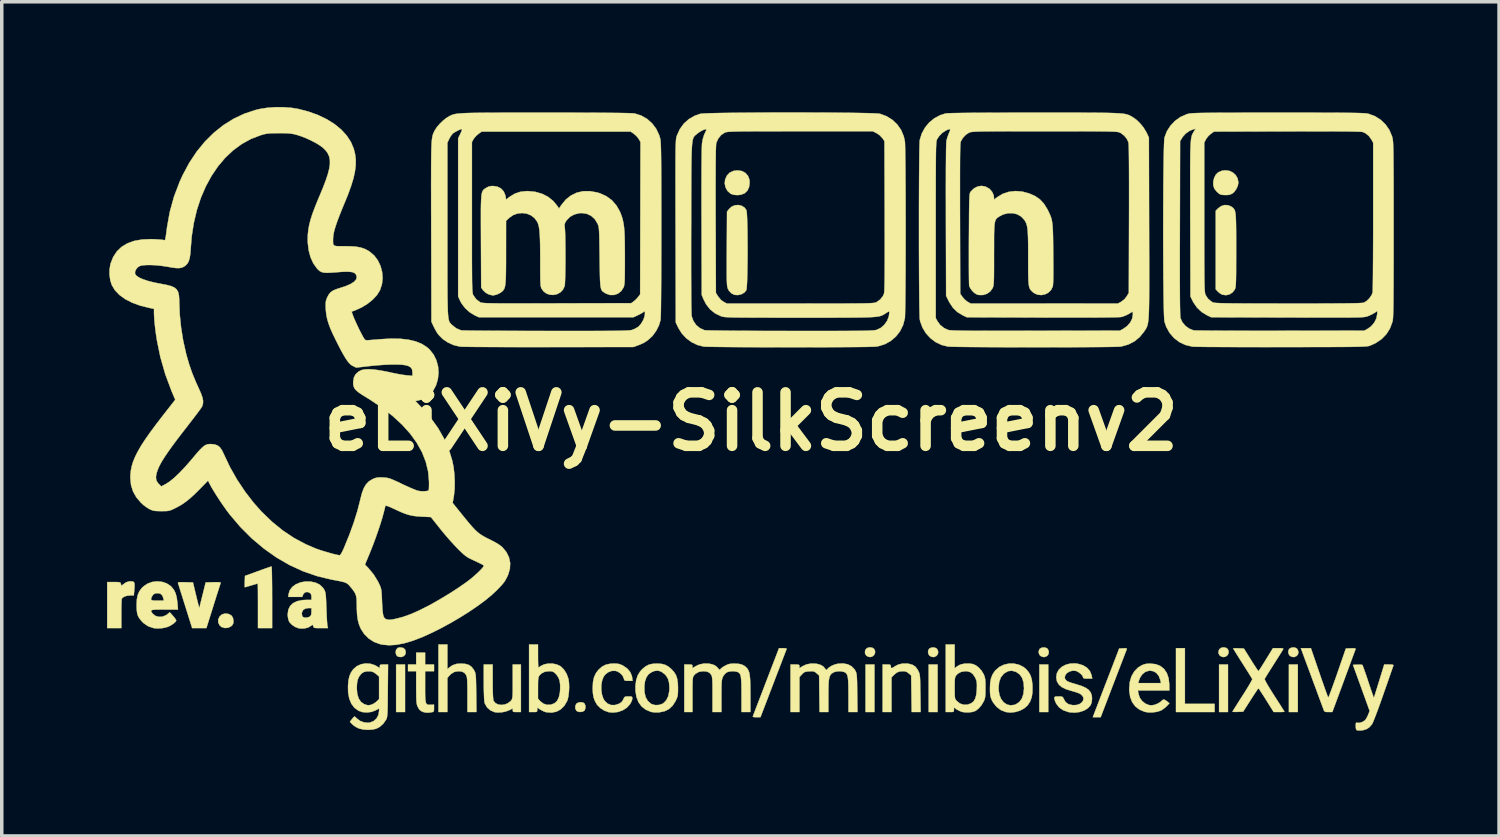
<source format=kicad_pcb>
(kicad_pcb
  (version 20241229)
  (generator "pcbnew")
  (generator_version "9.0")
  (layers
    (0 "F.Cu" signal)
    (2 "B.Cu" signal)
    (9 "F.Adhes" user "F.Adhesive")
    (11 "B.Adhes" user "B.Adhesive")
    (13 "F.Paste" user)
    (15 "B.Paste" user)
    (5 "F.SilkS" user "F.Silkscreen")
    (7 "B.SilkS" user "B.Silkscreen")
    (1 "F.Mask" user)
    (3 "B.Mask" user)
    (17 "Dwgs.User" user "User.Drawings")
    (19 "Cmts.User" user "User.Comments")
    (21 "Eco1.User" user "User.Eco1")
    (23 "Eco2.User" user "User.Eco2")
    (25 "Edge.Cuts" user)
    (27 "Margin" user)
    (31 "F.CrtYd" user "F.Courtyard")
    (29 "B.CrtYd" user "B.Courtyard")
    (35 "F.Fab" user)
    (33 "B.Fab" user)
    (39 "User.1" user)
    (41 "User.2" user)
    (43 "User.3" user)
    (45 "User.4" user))
  (footprint "eLiXiVy-SilkScreenv2"
    (layer "F.Cu")
    (at 18.357 8.966)
    (property "Reference" "eLiXiVy-SilkScreenv2" (at 0 0 0) (layer "F.SilkS") (effects (font (size 1.524 1.524) (thickness 0.3))))
    (attr through_hole)
    (fp_poly (pts (xy -9.864 8.276) (xy -10.118 8.276) (xy -10.118 6.921) (xy -9.864 6.921) (xy -9.864 8.276)) (stroke (width 0.01) (type solid)) (fill yes) (layer "F.SilkS"))
    (fp_poly (pts (xy 3.514 8.276) (xy 3.26 8.276) (xy 3.26 6.921) (xy 3.514 6.921) (xy 3.514 8.276)) (stroke (width 0.01) (type solid)) (fill yes) (layer "F.SilkS"))
    (fp_poly (pts (xy 5.313 8.276) (xy 5.059 8.276) (xy 5.059 6.921) (xy 5.313 6.921) (xy 5.313 8.276)) (stroke (width 0.01) (type solid)) (fill yes) (layer "F.SilkS"))
    (fp_poly (pts (xy 8.467 8.276) (xy 8.213 8.276) (xy 8.213 6.921) (xy 8.467 6.921) (xy 8.467 8.276)) (stroke (width 0.01) (type solid)) (fill yes) (layer "F.SilkS"))
    (fp_poly (pts (xy 13.589 8.276) (xy 13.335 8.276) (xy 13.335 6.921) (xy 13.589 6.921) (xy 13.589 8.276)) (stroke (width 0.01) (type solid)) (fill yes) (layer "F.SilkS"))
    (fp_poly (pts (xy 15.579 8.276) (xy 15.325 8.276) (xy 15.325 6.921) (xy 15.579 6.921) (xy 15.579 8.276)) (stroke (width 0.01) (type solid)) (fill yes) (layer "F.SilkS"))
    (fp_poly (pts (xy 12.361 8.043) (xy 13.208 8.043) (xy 13.208 8.276) (xy 12.107 8.276) (xy 12.107 6.456) (xy 12.361 6.456) (xy 12.361 8.043)) (stroke (width 0.01) (type solid)) (fill yes) (layer "F.SilkS"))
    (fp_poly (pts (xy 3.453 6.444) (xy 3.5 6.473) (xy 3.532 6.535) (xy 3.529 6.601) (xy 3.498 6.659) (xy 3.443 6.699) (xy 3.387 6.71) (xy 3.325 6.695) (xy 3.281 6.668) (xy 3.244 6.604) (xy 3.246 6.532) (xy 3.271 6.482) (xy 3.319 6.446) (xy 3.386 6.433) (xy 3.453 6.444)) (stroke (width 0.01) (type solid)) (fill yes) (layer "F.SilkS"))
    (fp_poly (pts (xy 13.528 6.444) (xy 13.575 6.473) (xy 13.607 6.535) (xy 13.604 6.601) (xy 13.573 6.659) (xy 13.518 6.699) (xy 13.462 6.71) (xy 13.4 6.695) (xy 13.356 6.668) (xy 13.319 6.604) (xy 13.322 6.532) (xy 13.347 6.482) (xy 13.395 6.446) (xy 13.461 6.433) (xy 13.528 6.444)) (stroke (width 0.01) (type solid)) (fill yes) (layer "F.SilkS"))
    (fp_poly (pts (xy 5.267 6.453) (xy 5.301 6.482) (xy 5.33 6.553) (xy 5.322 6.62) (xy 5.284 6.675) (xy 5.221 6.706) (xy 5.186 6.71) (xy 5.124 6.695) (xy 5.08 6.668) (xy 5.046 6.609) (xy 5.041 6.541) (xy 5.066 6.481) (xy 5.076 6.47) (xy 5.134 6.44) (xy 5.204 6.435) (xy 5.267 6.453)) (stroke (width 0.01) (type solid)) (fill yes) (layer "F.SilkS"))
    (fp_poly (pts (xy 8.421 6.453) (xy 8.455 6.482) (xy 8.483 6.553) (xy 8.476 6.62) (xy 8.438 6.675) (xy 8.375 6.706) (xy 8.34 6.71) (xy 8.278 6.695) (xy 8.234 6.668) (xy 8.2 6.609) (xy 8.195 6.541) (xy 8.219 6.481) (xy 8.23 6.47) (xy 8.288 6.44) (xy 8.357 6.435) (xy 8.421 6.453)) (stroke (width 0.01) (type solid)) (fill yes) (layer "F.SilkS"))
    (fp_poly (pts (xy 15.533 6.453) (xy 15.567 6.482) (xy 15.595 6.553) (xy 15.588 6.62) (xy 15.55 6.675) (xy 15.487 6.706) (xy 15.452 6.71) (xy 15.39 6.695) (xy 15.346 6.668) (xy 15.312 6.609) (xy 15.307 6.541) (xy 15.331 6.481) (xy 15.342 6.47) (xy 15.4 6.44) (xy 15.469 6.435) (xy 15.533 6.453)) (stroke (width 0.01) (type solid)) (fill yes) (layer "F.SilkS"))
    (fp_poly (pts (xy -9.913 6.45) (xy -9.862 6.495) (xy -9.843 6.569) (xy -9.842 6.578) (xy -9.861 6.642) (xy -9.908 6.687) (xy -9.973 6.709) (xy -10.045 6.703) (xy -10.079 6.688) (xy -10.116 6.645) (xy -10.131 6.581) (xy -10.122 6.515) (xy -10.108 6.487) (xy -10.072 6.449) (xy -10.018 6.435) (xy -9.993 6.435) (xy -9.913 6.45)) (stroke (width 0.01) (type solid)) (fill yes) (layer "F.SilkS"))
    (fp_poly (pts (xy -4.786 8.007) (xy -4.748 8.035) (xy -4.724 8.095) (xy -4.724 8.165) (xy -4.745 8.225) (xy -4.759 8.241) (xy -4.815 8.269) (xy -4.886 8.275) (xy -4.951 8.259) (xy -4.981 8.237) (xy -5.011 8.177) (xy -5.012 8.106) (xy -4.984 8.044) (xy -4.973 8.032) (xy -4.918 8.003) (xy -4.85 7.995) (xy -4.786 8.007)) (stroke (width 0.01) (type solid)) (fill yes) (layer "F.SilkS"))
    (fp_poly (pts (xy -14.896 5.48) (xy -14.891 5.482) (xy -14.813 5.524) (xy -14.768 5.591) (xy -14.753 5.685) (xy -14.753 5.686) (xy -14.76 5.752) (xy -14.786 5.799) (xy -14.818 5.83) (xy -14.902 5.874) (xy -14.997 5.882) (xy -15.091 5.854) (xy -15.094 5.853) (xy -15.152 5.8) (xy -15.186 5.725) (xy -15.19 5.645) (xy -15.188 5.636) (xy -15.147 5.551) (xy -15.08 5.494) (xy -14.994 5.469) (xy -14.896 5.48)) (stroke (width 0.01) (type solid)) (fill yes) (layer "F.SilkS"))
    (fp_poly (pts (xy -0.267 -7.142) (xy -0.167 -7.09) (xy -0.093 -7.008) (xy -0.051 -6.902) (xy -0.042 -6.816) (xy -0.059 -6.686) (xy -0.106 -6.583) (xy -0.184 -6.509) (xy -0.289 -6.466) (xy -0.391 -6.456) (xy -0.496 -6.464) (xy -0.574 -6.49) (xy -0.588 -6.498) (xy -0.673 -6.573) (xy -0.729 -6.673) (xy -0.753 -6.786) (xy -0.742 -6.897) (xy -0.692 -7.011) (xy -0.614 -7.094) (xy -0.51 -7.144) (xy -0.389 -7.16) (xy -0.267 -7.142)) (stroke (width 0.01) (type solid)) (fill yes) (layer "F.SilkS"))
    (fp_poly (pts (xy 10.699 6.462) (xy 10.706 6.477) (xy 10.701 6.492) (xy 10.691 6.519) (xy 10.667 6.581) (xy 10.631 6.675) (xy 10.585 6.796) (xy 10.529 6.941) (xy 10.466 7.105) (xy 10.397 7.285) (xy 10.324 7.476) (xy 10.323 7.477) (xy 9.96 8.424) (xy 9.737 8.424) (xy 9.779 8.313) (xy 9.795 8.27) (xy 9.825 8.192) (xy 9.867 8.084) (xy 9.918 7.951) (xy 9.977 7.797) (xy 10.042 7.626) (xy 10.112 7.445) (xy 10.155 7.334) (xy 10.489 6.466) (xy 10.602 6.46) (xy 10.667 6.458) (xy 10.699 6.462)) (stroke (width 0.01) (type solid)) (fill yes) (layer "F.SilkS"))
    (fp_poly (pts (xy 13.632 -7.145) (xy 13.73 -7.098) (xy 13.809 -7.026) (xy 13.863 -6.933) (xy 13.885 -6.821) (xy 13.885 -6.81) (xy 13.869 -6.722) (xy 13.826 -6.628) (xy 13.766 -6.546) (xy 13.718 -6.504) (xy 13.654 -6.472) (xy 13.579 -6.458) (xy 13.528 -6.458) (xy 13.456 -6.46) (xy 13.399 -6.466) (xy 13.377 -6.471) (xy 13.328 -6.501) (xy 13.271 -6.553) (xy 13.22 -6.613) (xy 13.196 -6.651) (xy 13.169 -6.741) (xy 13.17 -6.845) (xy 13.196 -6.948) (xy 13.242 -7.038) (xy 13.304 -7.1) (xy 13.412 -7.149) (xy 13.524 -7.163) (xy 13.632 -7.145)) (stroke (width 0.01) (type solid)) (fill yes) (layer "F.SilkS"))
    (fp_poly (pts (xy 0.968 6.459) (xy 1.006 6.467) (xy 1.012 6.474) (xy 1.004 6.497) (xy 0.981 6.555) (xy 0.947 6.645) (xy 0.901 6.764) (xy 0.847 6.906) (xy 0.785 7.068) (xy 0.716 7.246) (xy 0.643 7.437) (xy 0.635 7.458) (xy 0.265 8.424) (xy 0.152 8.424) (xy 0.091 8.421) (xy 0.053 8.413) (xy 0.046 8.405) (xy 0.055 8.382) (xy 0.077 8.323) (xy 0.112 8.233) (xy 0.157 8.114) (xy 0.212 7.972) (xy 0.274 7.81) (xy 0.343 7.631) (xy 0.416 7.44) (xy 0.423 7.421) (xy 0.794 6.456) (xy 0.907 6.456) (xy 0.968 6.459)) (stroke (width 0.01) (type solid)) (fill yes) (layer "F.SilkS"))
    (fp_poly (pts (xy -17.633 4.554) (xy -17.596 4.568) (xy -17.577 4.601) (xy -17.571 4.658) (xy -17.576 4.749) (xy -17.578 4.771) (xy -17.593 4.953) (xy -17.698 4.953) (xy -17.793 4.963) (xy -17.872 4.99) (xy -17.924 5.029) (xy -17.936 5.049) (xy -17.94 5.08) (xy -17.944 5.147) (xy -17.947 5.241) (xy -17.949 5.355) (xy -17.949 5.483) (xy -17.949 5.884) (xy -18.352 5.884) (xy -18.352 4.572) (xy -18.163 4.572) (xy -18.074 4.572) (xy -18.017 4.576) (xy -17.986 4.584) (xy -17.97 4.599) (xy -17.962 4.625) (xy -17.961 4.628) (xy -17.947 4.683) (xy -17.901 4.641) (xy -17.813 4.579) (xy -17.724 4.553) (xy -17.691 4.551) (xy -17.633 4.554)) (stroke (width 0.01) (type solid)) (fill yes) (layer "F.SilkS"))
    (fp_poly (pts (xy -13.665 4.148) (xy -13.662 4.206) (xy -13.659 4.298) (xy -13.657 4.419) (xy -13.655 4.565) (xy -13.653 4.731) (xy -13.653 4.913) (xy -13.652 5.006) (xy -13.652 5.884) (xy -14.055 5.884) (xy -14.055 5.249) (xy -14.055 5.09) (xy -14.056 4.946) (xy -14.056 4.821) (xy -14.058 4.721) (xy -14.059 4.652) (xy -14.061 4.617) (xy -14.062 4.614) (xy -14.083 4.62) (xy -14.136 4.635) (xy -14.21 4.657) (xy -14.245 4.667) (xy -14.325 4.691) (xy -14.388 4.709) (xy -14.425 4.719) (xy -14.43 4.72) (xy -14.433 4.701) (xy -14.433 4.649) (xy -14.432 4.576) (xy -14.431 4.558) (xy -14.425 4.396) (xy -14.055 4.262) (xy -13.937 4.219) (xy -13.833 4.182) (xy -13.749 4.153) (xy -13.692 4.134) (xy -13.669 4.128) (xy -13.665 4.148)) (stroke (width 0.01) (type solid)) (fill yes) (layer "F.SilkS"))
    (fp_poly (pts (xy -9.292 6.921) (xy -9.038 6.921) (xy -9.038 7.112) (xy -9.292 7.112) (xy -9.292 7.552) (xy -9.292 7.715) (xy -9.29 7.839) (xy -9.284 7.931) (xy -9.274 7.995) (xy -9.258 8.036) (xy -9.235 8.059) (xy -9.202 8.069) (xy -9.159 8.07) (xy -9.136 8.07) (xy -9.038 8.065) (xy -9.038 8.168) (xy -9.04 8.23) (xy -9.05 8.262) (xy -9.078 8.276) (xy -9.118 8.284) (xy -9.209 8.294) (xy -9.283 8.29) (xy -9.341 8.276) (xy -9.412 8.245) (xy -9.464 8.195) (xy -9.507 8.117) (xy -9.52 8.084) (xy -9.529 8.045) (xy -9.536 7.993) (xy -9.541 7.923) (xy -9.544 7.828) (xy -9.545 7.702) (xy -9.546 7.572) (xy -9.546 7.112) (xy -9.779 7.112) (xy -9.779 6.921) (xy -9.546 6.921) (xy -9.546 6.583) (xy -9.292 6.583) (xy -9.292 6.921)) (stroke (width 0.01) (type solid)) (fill yes) (layer "F.SilkS"))
    (fp_poly (pts (xy -8.657 7.056) (xy -8.61 7.012) (xy -8.51 6.942) (xy -8.395 6.904) (xy -8.276 6.895) (xy -8.146 6.904) (xy -8.047 6.933) (xy -7.97 6.986) (xy -7.907 7.067) (xy -7.888 7.101) (xy -7.874 7.13) (xy -7.863 7.16) (xy -7.855 7.199) (xy -7.848 7.25) (xy -7.844 7.321) (xy -7.841 7.417) (xy -7.838 7.542) (xy -7.836 7.704) (xy -7.835 7.731) (xy -7.829 8.276) (xy -8.086 8.276) (xy -8.086 7.787) (xy -8.086 7.623) (xy -8.088 7.495) (xy -8.091 7.398) (xy -8.096 7.327) (xy -8.103 7.277) (xy -8.113 7.242) (xy -8.118 7.229) (xy -8.169 7.161) (xy -8.245 7.123) (xy -8.342 7.112) (xy -8.453 7.131) (xy -8.55 7.188) (xy -8.602 7.24) (xy -8.657 7.306) (xy -8.657 8.276) (xy -8.911 8.276) (xy -8.911 6.35) (xy -8.657 6.35) (xy -8.657 7.056)) (stroke (width 0.01) (type solid)) (fill yes) (layer "F.SilkS"))
    (fp_poly (pts (xy 13.596 -6.167) (xy 13.692 -6.123) (xy 13.706 -6.113) (xy 13.731 -6.092) (xy 13.752 -6.071) (xy 13.77 -6.046) (xy 13.785 -6.014) (xy 13.796 -5.97) (xy 13.805 -5.911) (xy 13.811 -5.834) (xy 13.816 -5.734) (xy 13.819 -5.609) (xy 13.821 -5.455) (xy 13.822 -5.268) (xy 13.822 -5.044) (xy 13.822 -4.885) (xy 13.822 -4.646) (xy 13.821 -4.446) (xy 13.821 -4.28) (xy 13.819 -4.146) (xy 13.817 -4.039) (xy 13.814 -3.956) (xy 13.811 -3.893) (xy 13.806 -3.847) (xy 13.8 -3.813) (xy 13.793 -3.789) (xy 13.785 -3.769) (xy 13.721 -3.684) (xy 13.635 -3.628) (xy 13.538 -3.604) (xy 13.438 -3.616) (xy 13.409 -3.627) (xy 13.349 -3.664) (xy 13.294 -3.713) (xy 13.293 -3.714) (xy 13.24 -3.771) (xy 13.24 -6.009) (xy 13.301 -6.073) (xy 13.392 -6.141) (xy 13.493 -6.173) (xy 13.596 -6.167)) (stroke (width 0.01) (type solid)) (fill yes) (layer "F.SilkS"))
    (fp_poly (pts (xy -15.164 4.576) (xy -15.13 4.581) (xy -15.118 4.592) (xy -15.12 4.601) (xy -15.129 4.628) (xy -15.149 4.691) (xy -15.178 4.783) (xy -15.216 4.9) (xy -15.259 5.037) (xy -15.307 5.189) (xy -15.328 5.258) (xy -15.525 5.884) (xy -15.931 5.884) (xy -16.128 5.255) (xy -16.178 5.098) (xy -16.223 4.954) (xy -16.263 4.828) (xy -16.295 4.724) (xy -16.319 4.648) (xy -16.333 4.605) (xy -16.336 4.598) (xy -16.331 4.585) (xy -16.304 4.578) (xy -16.246 4.575) (xy -16.154 4.576) (xy -16.127 4.577) (xy -15.908 4.583) (xy -15.819 4.953) (xy -15.791 5.07) (xy -15.765 5.171) (xy -15.745 5.25) (xy -15.732 5.299) (xy -15.727 5.313) (xy -15.721 5.29) (xy -15.707 5.233) (xy -15.686 5.148) (xy -15.66 5.043) (xy -15.635 4.942) (xy -15.546 4.583) (xy -15.327 4.577) (xy -15.228 4.575) (xy -15.164 4.576)) (stroke (width 0.01) (type solid)) (fill yes) (layer "F.SilkS"))
    (fp_poly (pts (xy 4.493 6.901) (xy 4.599 6.931) (xy 4.676 6.979) (xy 4.736 7.055) (xy 4.763 7.103) (xy 4.779 7.136) (xy 4.791 7.168) (xy 4.801 7.205) (xy 4.808 7.252) (xy 4.813 7.315) (xy 4.817 7.401) (xy 4.819 7.514) (xy 4.821 7.661) (xy 4.823 7.742) (xy 4.83 8.276) (xy 4.575 8.276) (xy 4.568 7.756) (xy 4.561 7.235) (xy 4.492 7.174) (xy 4.43 7.13) (xy 4.363 7.113) (xy 4.33 7.112) (xy 4.231 7.12) (xy 4.154 7.149) (xy 4.082 7.206) (xy 4.069 7.219) (xy 4 7.289) (xy 4 8.276) (xy 3.747 8.276) (xy 3.747 6.921) (xy 3.863 6.921) (xy 3.93 6.923) (xy 3.964 6.93) (xy 3.977 6.948) (xy 3.979 6.974) (xy 3.986 7.015) (xy 4.011 7.024) (xy 4.056 7.001) (xy 4.094 6.975) (xy 4.191 6.924) (xy 4.31 6.896) (xy 4.439 6.894) (xy 4.493 6.901)) (stroke (width 0.01) (type solid)) (fill yes) (layer "F.SilkS"))
    (fp_poly (pts (xy -0.27 -6.151) (xy -0.189 -6.1) (xy -0.137 -6.03) (xy -0.129 -5.994) (xy -0.122 -5.92) (xy -0.116 -5.813) (xy -0.111 -5.68) (xy -0.107 -5.524) (xy -0.104 -5.351) (xy -0.103 -5.165) (xy -0.102 -4.973) (xy -0.102 -4.778) (xy -0.103 -4.586) (xy -0.106 -4.402) (xy -0.109 -4.231) (xy -0.113 -4.077) (xy -0.118 -3.947) (xy -0.125 -3.844) (xy -0.132 -3.774) (xy -0.139 -3.744) (xy -0.195 -3.677) (xy -0.279 -3.63) (xy -0.376 -3.607) (xy -0.474 -3.613) (xy -0.476 -3.614) (xy -0.562 -3.656) (xy -0.632 -3.73) (xy -0.666 -3.794) (xy -0.674 -3.819) (xy -0.68 -3.85) (xy -0.686 -3.892) (xy -0.69 -3.948) (xy -0.693 -4.021) (xy -0.695 -4.117) (xy -0.696 -4.237) (xy -0.696 -4.387) (xy -0.696 -4.569) (xy -0.695 -4.788) (xy -0.694 -4.934) (xy -0.688 -5.983) (xy -0.63 -6.059) (xy -0.554 -6.128) (xy -0.462 -6.166) (xy -0.365 -6.174) (xy -0.27 -6.151)) (stroke (width 0.01) (type solid)) (fill yes) (layer "F.SilkS"))
    (fp_poly (pts (xy -7.366 7.414) (xy -7.365 7.594) (xy -7.362 7.734) (xy -7.357 7.839) (xy -7.351 7.911) (xy -7.341 7.953) (xy -7.339 7.959) (xy -7.285 8.023) (xy -7.208 8.061) (xy -7.116 8.074) (xy -7.02 8.061) (xy -6.928 8.023) (xy -6.85 7.959) (xy -6.839 7.946) (xy -6.824 7.925) (xy -6.814 7.902) (xy -6.806 7.87) (xy -6.8 7.822) (xy -6.797 7.755) (xy -6.795 7.661) (xy -6.795 7.535) (xy -6.795 7.405) (xy -6.795 6.921) (xy -6.562 6.921) (xy -6.562 8.276) (xy -6.678 8.276) (xy -6.745 8.275) (xy -6.78 8.267) (xy -6.793 8.25) (xy -6.795 8.224) (xy -6.795 8.172) (xy -6.895 8.224) (xy -6.993 8.261) (xy -7.108 8.284) (xy -7.223 8.29) (xy -7.313 8.279) (xy -7.432 8.228) (xy -7.525 8.146) (xy -7.587 8.039) (xy -7.598 8.006) (xy -7.604 7.962) (xy -7.61 7.882) (xy -7.614 7.774) (xy -7.618 7.644) (xy -7.62 7.499) (xy -7.62 7.424) (xy -7.62 6.921) (xy -7.366 6.921) (xy -7.366 7.414)) (stroke (width 0.01) (type solid)) (fill yes) (layer "F.SilkS"))
    (fp_poly (pts (xy 16.192 7.155) (xy 16.248 7.318) (xy 16.301 7.469) (xy 16.348 7.602) (xy 16.387 7.712) (xy 16.418 7.796) (xy 16.439 7.848) (xy 16.447 7.864) (xy 16.457 7.846) (xy 16.479 7.794) (xy 16.511 7.71) (xy 16.552 7.599) (xy 16.6 7.466) (xy 16.654 7.316) (xy 16.705 7.17) (xy 16.948 6.466) (xy 17.092 6.46) (xy 17.17 6.459) (xy 17.213 6.463) (xy 17.227 6.475) (xy 17.226 6.481) (xy 17.217 6.506) (xy 17.194 6.567) (xy 17.16 6.659) (xy 17.116 6.778) (xy 17.064 6.92) (xy 17.004 7.082) (xy 16.939 7.258) (xy 16.89 7.392) (xy 16.563 8.276) (xy 16.451 8.276) (xy 16.384 8.274) (xy 16.347 8.263) (xy 16.327 8.24) (xy 16.322 8.229) (xy 16.311 8.199) (xy 16.287 8.134) (xy 16.251 8.038) (xy 16.206 7.916) (xy 16.153 7.773) (xy 16.094 7.612) (xy 16.029 7.439) (xy 16.006 7.377) (xy 15.941 7.199) (xy 15.879 7.033) (xy 15.823 6.882) (xy 15.774 6.75) (xy 15.735 6.643) (xy 15.706 6.565) (xy 15.689 6.521) (xy 15.687 6.514) (xy 15.664 6.456) (xy 15.952 6.456) (xy 16.192 7.155)) (stroke (width 0.01) (type solid)) (fill yes) (layer "F.SilkS"))
    (fp_poly (pts (xy 11.533 6.913) (xy 11.663 6.965) (xy 11.768 7.05) (xy 11.846 7.165) (xy 11.896 7.31) (xy 11.916 7.484) (xy 11.917 7.518) (xy 11.917 7.662) (xy 11.022 7.662) (xy 11.037 7.752) (xy 11.074 7.866) (xy 11.142 7.962) (xy 11.233 8.035) (xy 11.339 8.078) (xy 11.41 8.085) (xy 11.496 8.071) (xy 11.588 8.035) (xy 11.667 7.986) (xy 11.693 7.962) (xy 11.734 7.926) (xy 11.773 7.921) (xy 11.823 7.949) (xy 11.853 7.972) (xy 11.92 8.028) (xy 11.839 8.112) (xy 11.773 8.17) (xy 11.7 8.221) (xy 11.669 8.237) (xy 11.562 8.27) (xy 11.435 8.287) (xy 11.309 8.286) (xy 11.217 8.27) (xy 11.068 8.208) (xy 10.949 8.117) (xy 10.86 7.997) (xy 10.802 7.848) (xy 10.776 7.672) (xy 10.774 7.608) (xy 10.788 7.451) (xy 11.031 7.451) (xy 11.68 7.451) (xy 11.66 7.361) (xy 11.618 7.249) (xy 11.551 7.165) (xy 11.465 7.113) (xy 11.363 7.097) (xy 11.337 7.099) (xy 11.232 7.132) (xy 11.145 7.202) (xy 11.079 7.305) (xy 11.049 7.386) (xy 11.031 7.451) (xy 10.788 7.451) (xy 10.79 7.422) (xy 10.838 7.259) (xy 10.917 7.121) (xy 11.023 7.011) (xy 11.119 6.95) (xy 11.193 6.918) (xy 11.267 6.901) (xy 11.36 6.896) (xy 11.379 6.896) (xy 11.533 6.913)) (stroke (width 0.01) (type solid)) (fill yes) (layer "F.SilkS"))
    (fp_poly (pts (xy 7.632 6.928) (xy 7.76 6.992) (xy 7.836 7.054) (xy 7.912 7.143) (xy 7.964 7.238) (xy 7.997 7.349) (xy 8.015 7.487) (xy 8.018 7.556) (xy 8.016 7.721) (xy 7.995 7.855) (xy 7.953 7.97) (xy 7.888 8.073) (xy 7.874 8.09) (xy 7.781 8.172) (xy 7.661 8.236) (xy 7.525 8.276) (xy 7.385 8.291) (xy 7.254 8.275) (xy 7.113 8.219) (xy 6.992 8.126) (xy 6.894 8.002) (xy 6.854 7.927) (xy 6.831 7.866) (xy 6.816 7.804) (xy 6.808 7.726) (xy 6.806 7.621) (xy 6.806 7.609) (xy 6.807 7.568) (xy 7.051 7.568) (xy 7.053 7.653) (xy 7.077 7.794) (xy 7.126 7.91) (xy 7.197 8) (xy 7.285 8.06) (xy 7.386 8.085) (xy 7.495 8.073) (xy 7.541 8.057) (xy 7.641 7.992) (xy 7.713 7.896) (xy 7.758 7.767) (xy 7.776 7.607) (xy 7.776 7.599) (xy 7.764 7.437) (xy 7.723 7.305) (xy 7.652 7.204) (xy 7.553 7.134) (xy 7.541 7.129) (xy 7.431 7.099) (xy 7.327 7.11) (xy 7.227 7.164) (xy 7.194 7.191) (xy 7.116 7.289) (xy 7.069 7.414) (xy 7.051 7.568) (xy 6.807 7.568) (xy 6.812 7.449) (xy 6.835 7.319) (xy 6.877 7.21) (xy 6.941 7.112) (xy 6.964 7.085) (xy 7.074 6.991) (xy 7.204 6.927) (xy 7.345 6.896) (xy 7.491 6.896) (xy 7.632 6.928)) (stroke (width 0.01) (type solid)) (fill yes) (layer "F.SilkS"))
    (fp_poly (pts (xy -2.558 6.903) (xy -2.454 6.929) (xy -2.361 6.98) (xy -2.279 7.047) (xy -2.199 7.133) (xy -2.142 7.225) (xy -2.107 7.331) (xy -2.089 7.462) (xy -2.085 7.589) (xy -2.086 7.694) (xy -2.09 7.769) (xy -2.099 7.827) (xy -2.116 7.879) (xy -2.143 7.939) (xy -2.154 7.962) (xy -2.237 8.094) (xy -2.34 8.19) (xy -2.467 8.253) (xy -2.621 8.285) (xy -2.641 8.287) (xy -2.738 8.287) (xy -2.833 8.276) (xy -2.862 8.269) (xy -3.006 8.208) (xy -3.123 8.116) (xy -3.211 7.995) (xy -3.269 7.846) (xy -3.297 7.672) (xy -3.297 7.547) (xy -3.044 7.547) (xy -3.039 7.716) (xy -3.007 7.854) (xy -2.945 7.961) (xy -2.855 8.039) (xy -2.833 8.051) (xy -2.739 8.078) (xy -2.634 8.075) (xy -2.535 8.044) (xy -2.498 8.022) (xy -2.419 7.94) (xy -2.363 7.826) (xy -2.334 7.684) (xy -2.329 7.588) (xy -2.339 7.445) (xy -2.37 7.33) (xy -2.426 7.238) (xy -2.469 7.193) (xy -2.563 7.124) (xy -2.657 7.095) (xy -2.758 7.107) (xy -2.83 7.135) (xy -2.921 7.197) (xy -2.985 7.285) (xy -3.026 7.402) (xy -3.044 7.547) (xy -3.297 7.547) (xy -3.298 7.537) (xy -3.277 7.37) (xy -3.234 7.233) (xy -3.163 7.118) (xy -3.097 7.047) (xy -3.003 6.971) (xy -2.909 6.924) (xy -2.802 6.901) (xy -2.688 6.895) (xy -2.558 6.903)) (stroke (width 0.01) (type solid)) (fill yes) (layer "F.SilkS"))
    (fp_poly (pts (xy 18.255 6.924) (xy 18.296 6.932) (xy 18.305 6.947) (xy 18.304 6.948) (xy 18.295 6.973) (xy 18.274 7.034) (xy 18.242 7.126) (xy 18.201 7.244) (xy 18.152 7.385) (xy 18.097 7.542) (xy 18.037 7.713) (xy 18.023 7.754) (xy 17.961 7.93) (xy 17.901 8.098) (xy 17.845 8.251) (xy 17.794 8.385) (xy 17.751 8.494) (xy 17.718 8.574) (xy 17.696 8.62) (xy 17.694 8.624) (xy 17.613 8.715) (xy 17.543 8.76) (xy 17.458 8.789) (xy 17.366 8.803) (xy 17.285 8.799) (xy 17.256 8.791) (xy 17.239 8.764) (xy 17.23 8.703) (xy 17.23 8.675) (xy 17.231 8.613) (xy 17.239 8.584) (xy 17.257 8.579) (xy 17.272 8.583) (xy 17.335 8.585) (xy 17.409 8.563) (xy 17.477 8.524) (xy 17.5 8.503) (xy 17.534 8.456) (xy 17.569 8.388) (xy 17.585 8.35) (xy 17.626 8.244) (xy 17.389 7.588) (xy 17.151 6.932) (xy 17.278 6.926) (xy 17.348 6.925) (xy 17.401 6.929) (xy 17.421 6.936) (xy 17.431 6.96) (xy 17.453 7.019) (xy 17.484 7.106) (xy 17.522 7.215) (xy 17.565 7.342) (xy 17.589 7.415) (xy 17.633 7.546) (xy 17.672 7.662) (xy 17.705 7.757) (xy 17.73 7.827) (xy 17.744 7.865) (xy 17.747 7.87) (xy 17.755 7.849) (xy 17.773 7.793) (xy 17.799 7.708) (xy 17.833 7.599) (xy 17.872 7.473) (xy 17.897 7.392) (xy 18.042 6.921) (xy 18.178 6.921) (xy 18.255 6.924)) (stroke (width 0.01) (type solid)) (fill yes) (layer "F.SilkS"))
    (fp_poly (pts (xy -3.83 6.897) (xy -3.76 6.908) (xy -3.693 6.934) (xy -3.649 6.955) (xy -3.532 7.035) (xy -3.448 7.134) (xy -3.4 7.247) (xy -3.392 7.29) (xy -3.381 7.387) (xy -3.498 7.387) (xy -3.565 7.386) (xy -3.601 7.378) (xy -3.618 7.358) (xy -3.627 7.322) (xy -3.662 7.243) (xy -3.727 7.172) (xy -3.81 7.12) (xy -3.869 7.102) (xy -3.975 7.104) (xy -4.077 7.143) (xy -4.163 7.212) (xy -4.208 7.275) (xy -4.249 7.385) (xy -4.27 7.514) (xy -4.27 7.65) (xy -4.251 7.782) (xy -4.212 7.896) (xy -4.177 7.955) (xy -4.093 8.035) (xy -3.993 8.076) (xy -3.882 8.077) (xy -3.772 8.043) (xy -3.702 8.001) (xy -3.658 7.945) (xy -3.645 7.917) (xy -3.622 7.868) (xy -3.598 7.842) (xy -3.558 7.833) (xy -3.498 7.832) (xy -3.433 7.833) (xy -3.4 7.841) (xy -3.388 7.861) (xy -3.387 7.893) (xy -3.398 7.945) (xy -3.429 8.012) (xy -3.455 8.056) (xy -3.545 8.154) (xy -3.663 8.228) (xy -3.799 8.275) (xy -3.944 8.291) (xy -4.066 8.279) (xy -4.184 8.236) (xy -4.295 8.165) (xy -4.385 8.076) (xy -4.405 8.047) (xy -4.457 7.953) (xy -4.49 7.859) (xy -4.509 7.75) (xy -4.516 7.615) (xy -4.516 7.588) (xy -4.507 7.42) (xy -4.477 7.282) (xy -4.422 7.165) (xy -4.352 7.073) (xy -4.252 6.984) (xy -4.143 6.927) (xy -4.013 6.899) (xy -3.923 6.894) (xy -3.83 6.897)) (stroke (width 0.01) (type solid)) (fill yes) (layer "F.SilkS"))
    (fp_poly (pts (xy -16.792 4.565) (xy -16.659 4.609) (xy -16.545 4.684) (xy -16.518 4.71) (xy -16.45 4.795) (xy -16.402 4.894) (xy -16.37 5.016) (xy -16.35 5.171) (xy -16.349 5.181) (xy -16.335 5.355) (xy -16.719 5.355) (xy -16.864 5.356) (xy -16.971 5.358) (xy -17.043 5.363) (xy -17.086 5.374) (xy -17.102 5.391) (xy -17.097 5.416) (xy -17.073 5.45) (xy -17.048 5.48) (xy -16.975 5.537) (xy -16.882 5.563) (xy -16.782 5.559) (xy -16.685 5.522) (xy -16.635 5.488) (xy -16.569 5.432) (xy -16.477 5.536) (xy -16.429 5.594) (xy -16.396 5.641) (xy -16.384 5.666) (xy -16.4 5.699) (xy -16.445 5.742) (xy -16.508 5.787) (xy -16.577 5.827) (xy -16.636 5.852) (xy -16.772 5.884) (xy -16.91 5.895) (xy -17.032 5.884) (xy -17.032 5.884) (xy -17.184 5.832) (xy -17.316 5.742) (xy -17.365 5.693) (xy -17.428 5.617) (xy -17.471 5.545) (xy -17.497 5.466) (xy -17.51 5.368) (xy -17.514 5.241) (xy -17.514 5.228) (xy -17.507 5.071) (xy -17.507 5.068) (xy -17.103 5.068) (xy -17.082 5.089) (xy -17.03 5.099) (xy -16.941 5.101) (xy -16.92 5.101) (xy -16.738 5.101) (xy -16.751 5.034) (xy -16.783 4.951) (xy -16.838 4.903) (xy -16.903 4.889) (xy -16.982 4.896) (xy -17.033 4.922) (xy -17.07 4.973) (xy -17.072 4.976) (xy -17.098 5.032) (xy -17.103 5.068) (xy -17.507 5.068) (xy -17.483 4.945) (xy -17.439 4.84) (xy -17.372 4.749) (xy -17.325 4.701) (xy -17.208 4.62) (xy -17.075 4.57) (xy -16.933 4.552) (xy -16.792 4.565)) (stroke (width 0.01) (type solid)) (fill yes) (layer "F.SilkS"))
    (fp_poly (pts (xy -6.075 6.678) (xy -6.074 6.791) (xy -6.072 6.886) (xy -6.069 6.958) (xy -6.066 6.999) (xy -6.063 7.006) (xy -6.04 6.995) (xy -5.999 6.967) (xy -5.995 6.964) (xy -5.9 6.918) (xy -5.783 6.895) (xy -5.659 6.896) (xy -5.54 6.92) (xy -5.439 6.967) (xy -5.424 6.977) (xy -5.333 7.069) (xy -5.259 7.188) (xy -5.211 7.32) (xy -5.205 7.342) (xy -5.191 7.451) (xy -5.187 7.578) (xy -5.194 7.709) (xy -5.209 7.831) (xy -5.232 7.93) (xy -5.244 7.961) (xy -5.324 8.097) (xy -5.426 8.199) (xy -5.548 8.265) (xy -5.686 8.293) (xy -5.837 8.281) (xy -5.858 8.277) (xy -5.919 8.254) (xy -5.99 8.218) (xy -6.012 8.204) (xy -6.096 8.149) (xy -6.096 8.212) (xy -6.098 8.249) (xy -6.111 8.268) (xy -6.145 8.275) (xy -6.21 8.276) (xy -6.212 8.276) (xy -6.329 8.276) (xy -6.329 7.59) (xy -6.075 7.59) (xy -6.075 7.894) (xy -6.011 7.967) (xy -5.924 8.036) (xy -5.821 8.07) (xy -5.711 8.067) (xy -5.606 8.027) (xy -5.532 7.961) (xy -5.481 7.86) (xy -5.451 7.724) (xy -5.444 7.641) (xy -5.443 7.495) (xy -5.46 7.379) (xy -5.495 7.287) (xy -5.551 7.208) (xy -5.566 7.192) (xy -5.619 7.144) (xy -5.665 7.12) (xy -5.722 7.112) (xy -5.756 7.112) (xy -5.877 7.127) (xy -5.973 7.174) (xy -6.031 7.231) (xy -6.048 7.257) (xy -6.06 7.287) (xy -6.068 7.33) (xy -6.073 7.393) (xy -6.074 7.483) (xy -6.075 7.59) (xy -6.329 7.59) (xy -6.329 6.35) (xy -6.075 6.35) (xy -6.075 6.678)) (stroke (width 0.01) (type solid)) (fill yes) (layer "F.SilkS"))
    (fp_poly (pts (xy 2.753 6.916) (xy 2.863 6.973) (xy 2.948 7.062) (xy 2.969 7.098) (xy 2.984 7.127) (xy 2.995 7.157) (xy 3.003 7.195) (xy 3.01 7.244) (xy 3.014 7.312) (xy 3.018 7.404) (xy 3.02 7.526) (xy 3.022 7.682) (xy 3.023 7.731) (xy 3.03 8.276) (xy 2.773 8.276) (xy 2.773 7.787) (xy 2.772 7.61) (xy 2.769 7.471) (xy 2.764 7.363) (xy 2.754 7.283) (xy 2.739 7.226) (xy 2.719 7.186) (xy 2.692 7.158) (xy 2.658 7.138) (xy 2.654 7.136) (xy 2.573 7.116) (xy 2.477 7.114) (xy 2.385 7.131) (xy 2.337 7.152) (xy 2.296 7.18) (xy 2.264 7.212) (xy 2.241 7.254) (xy 2.224 7.311) (xy 2.212 7.388) (xy 2.205 7.49) (xy 2.202 7.624) (xy 2.201 7.795) (xy 2.201 7.808) (xy 2.201 8.276) (xy 1.949 8.276) (xy 1.943 7.756) (xy 1.937 7.235) (xy 1.865 7.171) (xy 1.823 7.137) (xy 1.785 7.119) (xy 1.736 7.113) (xy 1.662 7.116) (xy 1.656 7.116) (xy 1.578 7.123) (xy 1.528 7.136) (xy 1.488 7.162) (xy 1.447 7.203) (xy 1.376 7.281) (xy 1.376 8.276) (xy 1.122 8.276) (xy 1.122 6.921) (xy 1.249 6.921) (xy 1.319 6.923) (xy 1.357 6.929) (xy 1.373 6.944) (xy 1.376 6.973) (xy 1.376 6.975) (xy 1.376 7.028) (xy 1.456 6.975) (xy 1.572 6.92) (xy 1.708 6.894) (xy 1.846 6.898) (xy 1.867 6.901) (xy 1.976 6.931) (xy 2.054 6.976) (xy 2.109 7.04) (xy 2.137 7.074) (xy 2.155 7.074) (xy 2.162 7.064) (xy 2.207 7.015) (xy 2.281 6.966) (xy 2.37 6.926) (xy 2.462 6.901) (xy 2.464 6.901) (xy 2.619 6.891) (xy 2.753 6.916)) (stroke (width 0.01) (type solid)) (fill yes) (layer "F.SilkS"))
    (fp_poly (pts (xy -12.556 4.558) (xy -12.413 4.589) (xy -12.293 4.648) (xy -12.202 4.735) (xy -12.167 4.789) (xy -12.151 4.823) (xy -12.138 4.859) (xy -12.129 4.905) (xy -12.122 4.966) (xy -12.116 5.05) (xy -12.111 5.163) (xy -12.106 5.311) (xy -12.105 5.323) (xy -12.1 5.46) (xy -12.094 5.585) (xy -12.088 5.692) (xy -12.082 5.773) (xy -12.077 5.82) (xy -12.075 5.826) (xy -12.06 5.884) (xy -12.263 5.884) (xy -12.357 5.884) (xy -12.417 5.881) (xy -12.452 5.874) (xy -12.469 5.861) (xy -12.478 5.838) (xy -12.48 5.83) (xy -12.492 5.794) (xy -12.51 5.793) (xy -12.532 5.811) (xy -12.623 5.867) (xy -12.736 5.895) (xy -12.86 5.894) (xy -12.907 5.885) (xy -13.001 5.848) (xy -13.088 5.789) (xy -13.154 5.719) (xy -13.173 5.687) (xy -13.194 5.619) (xy -13.207 5.532) (xy -13.208 5.492) (xy -13.205 5.471) (xy -12.806 5.471) (xy -12.798 5.526) (xy -12.78 5.563) (xy -12.734 5.584) (xy -12.669 5.586) (xy -12.603 5.569) (xy -12.578 5.555) (xy -12.548 5.525) (xy -12.534 5.48) (xy -12.531 5.417) (xy -12.531 5.313) (xy -12.619 5.313) (xy -12.708 5.329) (xy -12.771 5.372) (xy -12.803 5.44) (xy -12.806 5.471) (xy -13.205 5.471) (xy -13.191 5.361) (xy -13.139 5.254) (xy -13.054 5.172) (xy -12.936 5.116) (xy -12.786 5.086) (xy -12.674 5.08) (xy -12.531 5.08) (xy -12.531 4.996) (xy -12.537 4.932) (xy -12.563 4.892) (xy -12.583 4.877) (xy -12.652 4.853) (xy -12.715 4.866) (xy -12.761 4.913) (xy -12.77 4.933) (xy -12.794 4.995) (xy -13.192 4.995) (xy -13.181 4.908) (xy -13.146 4.801) (xy -13.075 4.709) (xy -12.974 4.635) (xy -12.848 4.583) (xy -12.717 4.558) (xy -12.556 4.558)) (stroke (width 0.01) (type solid)) (fill yes) (layer "F.SilkS"))
    (fp_poly (pts (xy 5.8 7.031) (xy 5.864 6.977) (xy 5.957 6.925) (xy 6.076 6.897) (xy 6.215 6.894) (xy 6.315 6.908) (xy 6.399 6.943) (xy 6.486 7.008) (xy 6.564 7.096) (xy 6.625 7.196) (xy 6.628 7.202) (xy 6.649 7.254) (xy 6.663 7.303) (xy 6.672 7.362) (xy 6.677 7.439) (xy 6.678 7.545) (xy 6.678 7.588) (xy 6.677 7.706) (xy 6.674 7.792) (xy 6.667 7.855) (xy 6.655 7.906) (xy 6.636 7.955) (xy 6.629 7.969) (xy 6.565 8.079) (xy 6.484 8.174) (xy 6.397 8.241) (xy 6.388 8.246) (xy 6.309 8.273) (xy 6.208 8.286) (xy 6.102 8.286) (xy 6.009 8.272) (xy 5.997 8.268) (xy 5.924 8.238) (xy 5.854 8.2) (xy 5.844 8.193) (xy 5.779 8.146) (xy 5.779 8.211) (xy 5.777 8.248) (xy 5.764 8.268) (xy 5.731 8.275) (xy 5.666 8.276) (xy 5.662 8.276) (xy 5.546 8.276) (xy 5.546 7.591) (xy 5.8 7.591) (xy 5.8 7.71) (xy 5.801 7.795) (xy 5.806 7.853) (xy 5.813 7.892) (xy 5.826 7.92) (xy 5.845 7.945) (xy 5.858 7.959) (xy 5.95 8.033) (xy 6.056 8.068) (xy 6.168 8.065) (xy 6.274 8.025) (xy 6.339 7.972) (xy 6.385 7.895) (xy 6.415 7.788) (xy 6.43 7.647) (xy 6.431 7.614) (xy 6.434 7.514) (xy 6.431 7.443) (xy 6.422 7.389) (xy 6.404 7.338) (xy 6.385 7.296) (xy 6.323 7.2) (xy 6.248 7.14) (xy 6.153 7.114) (xy 6.108 7.112) (xy 5.988 7.13) (xy 5.891 7.182) (xy 5.844 7.231) (xy 5.826 7.257) (xy 5.814 7.287) (xy 5.806 7.33) (xy 5.802 7.393) (xy 5.8 7.483) (xy 5.8 7.591) (xy 5.546 7.591) (xy 5.546 6.35) (xy 5.8 6.35) (xy 5.8 7.031)) (stroke (width 0.01) (type solid)) (fill yes) (layer "F.SilkS"))
    (fp_poly (pts (xy 9.31 6.9) (xy 9.455 6.943) (xy 9.57 7.013) (xy 9.653 7.107) (xy 9.701 7.223) (xy 9.705 7.244) (xy 9.72 7.324) (xy 9.591 7.324) (xy 9.517 7.322) (xy 9.477 7.314) (xy 9.462 7.298) (xy 9.461 7.29) (xy 9.444 7.245) (xy 9.399 7.194) (xy 9.339 7.146) (xy 9.275 7.111) (xy 9.242 7.101) (xy 9.154 7.099) (xy 9.071 7.122) (xy 9.002 7.165) (xy 8.954 7.222) (xy 8.937 7.286) (xy 8.94 7.311) (xy 8.958 7.352) (xy 8.992 7.387) (xy 9.049 7.417) (xy 9.136 7.448) (xy 9.243 7.478) (xy 9.406 7.529) (xy 9.53 7.583) (xy 9.62 7.646) (xy 9.678 7.72) (xy 9.708 7.809) (xy 9.715 7.893) (xy 9.703 8.006) (xy 9.674 8.08) (xy 9.598 8.166) (xy 9.492 8.232) (xy 9.364 8.275) (xy 9.223 8.293) (xy 9.076 8.283) (xy 9.033 8.274) (xy 8.889 8.222) (xy 8.775 8.143) (xy 8.693 8.036) (xy 8.66 7.961) (xy 8.64 7.892) (xy 8.641 7.854) (xy 8.67 7.836) (xy 8.734 7.832) (xy 8.758 7.832) (xy 8.827 7.833) (xy 8.866 7.841) (xy 8.89 7.864) (xy 8.911 7.906) (xy 8.914 7.914) (xy 8.967 7.998) (xy 9.044 8.052) (xy 9.151 8.078) (xy 9.172 8.08) (xy 9.276 8.075) (xy 9.361 8.047) (xy 9.424 8.001) (xy 9.462 7.945) (xy 9.471 7.883) (xy 9.448 7.822) (xy 9.39 7.767) (xy 9.362 7.751) (xy 9.299 7.725) (xy 9.214 7.697) (xy 9.133 7.675) (xy 8.972 7.625) (xy 8.849 7.564) (xy 8.764 7.488) (xy 8.713 7.397) (xy 8.695 7.288) (xy 8.695 7.278) (xy 8.714 7.166) (xy 8.769 7.068) (xy 8.853 6.988) (xy 8.962 6.93) (xy 9.089 6.896) (xy 9.23 6.89) (xy 9.31 6.9)) (stroke (width 0.01) (type solid)) (fill yes) (layer "F.SilkS"))
    (fp_poly (pts (xy -1.208 6.897) (xy -1.185 6.9) (xy -1.094 6.922) (xy -1.031 6.949) (xy -0.979 6.989) (xy -0.948 7.024) (xy -0.913 7.062) (xy -0.892 7.07) (xy -0.874 7.051) (xy -0.844 7.022) (xy -0.79 6.984) (xy -0.742 6.956) (xy -0.67 6.921) (xy -0.604 6.903) (xy -0.524 6.896) (xy -0.479 6.895) (xy -0.357 6.902) (xy -0.264 6.923) (xy -0.188 6.963) (xy -0.142 7.001) (xy -0.107 7.04) (xy -0.08 7.085) (xy -0.058 7.142) (xy -0.043 7.216) (xy -0.032 7.312) (xy -0.025 7.435) (xy -0.022 7.59) (xy -0.021 7.772) (xy -0.021 8.276) (xy -0.275 8.276) (xy -0.275 7.778) (xy -0.276 7.601) (xy -0.278 7.461) (xy -0.284 7.355) (xy -0.293 7.275) (xy -0.306 7.219) (xy -0.326 7.18) (xy -0.351 7.154) (xy -0.384 7.136) (xy -0.394 7.132) (xy -0.476 7.115) (xy -0.571 7.115) (xy -0.659 7.131) (xy -0.701 7.149) (xy -0.749 7.191) (xy -0.794 7.252) (xy -0.805 7.272) (xy -0.819 7.304) (xy -0.829 7.34) (xy -0.837 7.385) (xy -0.842 7.447) (xy -0.845 7.531) (xy -0.846 7.644) (xy -0.847 7.792) (xy -0.847 7.817) (xy -0.847 8.276) (xy -1.101 8.276) (xy -1.101 7.777) (xy -1.101 7.614) (xy -1.102 7.488) (xy -1.105 7.394) (xy -1.109 7.325) (xy -1.116 7.277) (xy -1.124 7.243) (xy -1.136 7.218) (xy -1.136 7.218) (xy -1.189 7.156) (xy -1.265 7.122) (xy -1.367 7.112) (xy -1.486 7.13) (xy -1.583 7.184) (xy -1.628 7.231) (xy -1.642 7.251) (xy -1.653 7.274) (xy -1.661 7.306) (xy -1.666 7.353) (xy -1.669 7.419) (xy -1.671 7.512) (xy -1.672 7.636) (xy -1.672 7.782) (xy -1.672 8.276) (xy -1.905 8.276) (xy -1.905 6.921) (xy -1.789 6.921) (xy -1.722 6.923) (xy -1.687 6.93) (xy -1.674 6.948) (xy -1.672 6.975) (xy -1.672 7.028) (xy -1.592 6.975) (xy -1.477 6.921) (xy -1.344 6.894) (xy -1.208 6.897)) (stroke (width 0.01) (type solid)) (fill yes) (layer "F.SilkS"))
    (fp_poly (pts (xy 15.103 6.457) (xy 15.147 6.461) (xy 15.164 6.47) (xy 15.161 6.486) (xy 15.157 6.495) (xy 15.139 6.525) (xy 15.103 6.583) (xy 15.051 6.666) (xy 14.987 6.767) (xy 14.916 6.88) (xy 14.891 6.919) (xy 14.818 7.034) (xy 14.752 7.138) (xy 14.698 7.225) (xy 14.658 7.291) (xy 14.637 7.328) (xy 14.634 7.334) (xy 14.642 7.361) (xy 14.671 7.42) (xy 14.72 7.507) (xy 14.788 7.619) (xy 14.871 7.752) (xy 14.91 7.812) (xy 14.988 7.934) (xy 15.059 8.044) (xy 15.118 8.137) (xy 15.163 8.209) (xy 15.19 8.254) (xy 15.198 8.267) (xy 15.178 8.271) (xy 15.127 8.275) (xy 15.055 8.276) (xy 15.044 8.276) (xy 14.891 8.276) (xy 14.679 7.937) (xy 14.612 7.831) (xy 14.553 7.739) (xy 14.505 7.666) (xy 14.472 7.617) (xy 14.457 7.599) (xy 14.457 7.599) (xy 14.443 7.616) (xy 14.41 7.663) (xy 14.362 7.735) (xy 14.302 7.826) (xy 14.235 7.931) (xy 14.234 7.932) (xy 14.021 8.266) (xy 13.869 8.272) (xy 13.794 8.273) (xy 13.74 8.272) (xy 13.716 8.268) (xy 13.716 8.268) (xy 13.727 8.248) (xy 13.758 8.197) (xy 13.806 8.121) (xy 13.867 8.023) (xy 13.939 7.91) (xy 14.003 7.81) (xy 14.082 7.687) (xy 14.151 7.574) (xy 14.209 7.478) (xy 14.251 7.403) (xy 14.276 7.353) (xy 14.281 7.336) (xy 14.267 7.312) (xy 14.233 7.256) (xy 14.184 7.176) (xy 14.121 7.077) (xy 14.049 6.963) (xy 14.004 6.892) (xy 13.928 6.773) (xy 13.861 6.667) (xy 13.806 6.578) (xy 13.765 6.511) (xy 13.741 6.472) (xy 13.737 6.464) (xy 13.757 6.46) (xy 13.808 6.458) (xy 13.88 6.46) (xy 13.89 6.46) (xy 14.042 6.466) (xy 14.244 6.789) (xy 14.309 6.892) (xy 14.367 6.982) (xy 14.413 7.052) (xy 14.445 7.097) (xy 14.457 7.111) (xy 14.471 7.094) (xy 14.503 7.047) (xy 14.55 6.974) (xy 14.607 6.883) (xy 14.668 6.784) (xy 14.87 6.457) (xy 15.024 6.457) (xy 15.103 6.457)) (stroke (width 0.01) (type solid)) (fill yes) (layer "F.SilkS"))
    (fp_poly (pts (xy -10.852 6.9) (xy -10.723 6.941) (xy -10.663 6.975) (xy -10.583 7.028) (xy -10.583 6.975) (xy -10.58 6.944) (xy -10.565 6.928) (xy -10.526 6.922) (xy -10.466 6.921) (xy -10.348 6.921) (xy -10.355 7.668) (xy -10.357 7.866) (xy -10.358 8.026) (xy -10.36 8.153) (xy -10.363 8.251) (xy -10.367 8.326) (xy -10.372 8.381) (xy -10.378 8.422) (xy -10.386 8.453) (xy -10.396 8.478) (xy -10.407 8.498) (xy -10.487 8.612) (xy -10.589 8.701) (xy -10.687 8.752) (xy -10.796 8.776) (xy -10.926 8.783) (xy -11.058 8.773) (xy -11.173 8.746) (xy -11.188 8.741) (xy -11.266 8.702) (xy -11.339 8.65) (xy -11.365 8.627) (xy -11.435 8.555) (xy -11.377 8.479) (xy -11.339 8.433) (xy -11.311 8.406) (xy -11.304 8.403) (xy -11.282 8.417) (xy -11.243 8.452) (xy -11.228 8.467) (xy -11.143 8.53) (xy -11.035 8.57) (xy -10.922 8.582) (xy -10.859 8.575) (xy -10.755 8.531) (xy -10.674 8.456) (xy -10.622 8.357) (xy -10.604 8.247) (xy -10.604 8.173) (xy -10.705 8.229) (xy -10.817 8.272) (xy -10.946 8.288) (xy -11.074 8.278) (xy -11.186 8.241) (xy -11.19 8.239) (xy -11.306 8.155) (xy -11.394 8.039) (xy -11.454 7.892) (xy -11.486 7.716) (xy -11.488 7.609) (xy -11.239 7.609) (xy -11.225 7.765) (xy -11.185 7.892) (xy -11.12 7.988) (xy -11.031 8.05) (xy -10.994 8.064) (xy -10.934 8.08) (xy -10.891 8.082) (xy -10.839 8.071) (xy -10.817 8.065) (xy -10.756 8.036) (xy -10.691 7.991) (xy -10.675 7.976) (xy -10.604 7.908) (xy -10.604 7.265) (xy -10.679 7.199) (xy -10.755 7.144) (xy -10.831 7.117) (xy -10.925 7.115) (xy -10.96 7.118) (xy -11.036 7.135) (xy -11.094 7.171) (xy -11.126 7.203) (xy -11.179 7.274) (xy -11.214 7.357) (xy -11.233 7.461) (xy -11.239 7.595) (xy -11.239 7.609) (xy -11.488 7.609) (xy -11.489 7.528) (xy -11.476 7.377) (xy -11.45 7.257) (xy -11.408 7.156) (xy -11.346 7.065) (xy -11.335 7.053) (xy -11.238 6.969) (xy -11.119 6.915) (xy -10.987 6.891) (xy -10.852 6.9)) (stroke (width 0.01) (type solid)) (fill yes) (layer "F.SilkS"))
    (fp_poly (pts (xy 6.676 -6.7) (xy 6.782 -6.642) (xy 6.796 -6.631) (xy 6.866 -6.551) (xy 6.91 -6.455) (xy 6.921 -6.381) (xy 6.921 -6.327) (xy 7.019 -6.401) (xy 7.174 -6.494) (xy 7.347 -6.55) (xy 7.532 -6.571) (xy 7.726 -6.556) (xy 7.922 -6.504) (xy 8.092 -6.429) (xy 8.227 -6.336) (xy 8.344 -6.211) (xy 8.445 -6.048) (xy 8.457 -6.023) (xy 8.491 -5.954) (xy 8.519 -5.893) (xy 8.542 -5.835) (xy 8.56 -5.775) (xy 8.574 -5.709) (xy 8.585 -5.631) (xy 8.593 -5.538) (xy 8.599 -5.424) (xy 8.603 -5.284) (xy 8.606 -5.114) (xy 8.608 -4.909) (xy 8.609 -4.784) (xy 8.611 -4.527) (xy 8.612 -4.312) (xy 8.611 -4.138) (xy 8.608 -4.004) (xy 8.603 -3.911) (xy 8.597 -3.857) (xy 8.595 -3.849) (xy 8.545 -3.75) (xy 8.468 -3.674) (xy 8.372 -3.626) (xy 8.266 -3.607) (xy 8.158 -3.619) (xy 8.058 -3.666) (xy 8.028 -3.69) (xy 7.995 -3.72) (xy 7.968 -3.748) (xy 7.947 -3.78) (xy 7.93 -3.819) (xy 7.917 -3.87) (xy 7.908 -3.938) (xy 7.902 -4.026) (xy 7.898 -4.138) (xy 7.896 -4.281) (xy 7.895 -4.456) (xy 7.895 -4.67) (xy 7.895 -4.673) (xy 7.895 -4.896) (xy 7.894 -5.082) (xy 7.891 -5.235) (xy 7.886 -5.358) (xy 7.879 -5.457) (xy 7.87 -5.535) (xy 7.856 -5.598) (xy 7.84 -5.65) (xy 7.819 -5.694) (xy 7.793 -5.737) (xy 7.782 -5.753) (xy 7.692 -5.847) (xy 7.58 -5.91) (xy 7.453 -5.941) (xy 7.318 -5.939) (xy 7.182 -5.904) (xy 7.075 -5.849) (xy 7.039 -5.825) (xy 7.009 -5.803) (xy 6.985 -5.777) (xy 6.966 -5.745) (xy 6.951 -5.702) (xy 6.94 -5.644) (xy 6.932 -5.568) (xy 6.927 -5.469) (xy 6.923 -5.343) (xy 6.922 -5.187) (xy 6.922 -4.996) (xy 6.921 -4.771) (xy 6.921 -4.554) (xy 6.921 -4.374) (xy 6.92 -4.229) (xy 6.919 -4.114) (xy 6.916 -4.024) (xy 6.913 -3.955) (xy 6.908 -3.904) (xy 6.902 -3.867) (xy 6.895 -3.838) (xy 6.886 -3.814) (xy 6.879 -3.801) (xy 6.813 -3.71) (xy 6.72 -3.644) (xy 6.61 -3.609) (xy 6.494 -3.609) (xy 6.442 -3.62) (xy 6.375 -3.657) (xy 6.307 -3.719) (xy 6.249 -3.794) (xy 6.215 -3.866) (xy 6.213 -3.878) (xy 6.211 -3.911) (xy 6.209 -3.983) (xy 6.207 -4.089) (xy 6.206 -4.226) (xy 6.205 -4.389) (xy 6.205 -4.576) (xy 6.205 -4.781) (xy 6.205 -5) (xy 6.206 -5.221) (xy 6.208 -5.485) (xy 6.209 -5.71) (xy 6.21 -5.899) (xy 6.212 -6.056) (xy 6.214 -6.184) (xy 6.216 -6.286) (xy 6.219 -6.365) (xy 6.222 -6.425) (xy 6.227 -6.469) (xy 6.232 -6.5) (xy 6.238 -6.522) (xy 6.246 -6.538) (xy 6.255 -6.551) (xy 6.256 -6.554) (xy 6.347 -6.645) (xy 6.451 -6.7) (xy 6.564 -6.719) (xy 6.676 -6.7)) (stroke (width 0.01) (type solid)) (fill yes) (layer "F.SilkS"))
    (fp_poly (pts (xy -7.232 -6.697) (xy -7.129 -6.645) (xy -7.052 -6.561) (xy -7.005 -6.449) (xy -6.998 -6.415) (xy -6.985 -6.33) (xy -6.876 -6.412) (xy -6.736 -6.497) (xy -6.583 -6.549) (xy -6.407 -6.569) (xy -6.359 -6.569) (xy -6.152 -6.549) (xy -5.96 -6.494) (xy -5.788 -6.407) (xy -5.641 -6.289) (xy -5.529 -6.154) (xy -5.476 -6.074) (xy -5.408 -6.175) (xy -5.282 -6.329) (xy -5.135 -6.445) (xy -4.971 -6.525) (xy -4.791 -6.566) (xy -4.597 -6.568) (xy -4.392 -6.532) (xy -4.309 -6.507) (xy -4.126 -6.424) (xy -3.969 -6.309) (xy -3.84 -6.161) (xy -3.738 -5.982) (xy -3.695 -5.87) (xy -3.67 -5.793) (xy -3.651 -5.715) (xy -3.635 -5.631) (xy -3.622 -5.535) (xy -3.613 -5.424) (xy -3.606 -5.291) (xy -3.602 -5.133) (xy -3.6 -4.943) (xy -3.599 -4.717) (xy -3.599 -4.65) (xy -3.599 -4.45) (xy -3.6 -4.289) (xy -3.601 -4.16) (xy -3.603 -4.06) (xy -3.607 -3.984) (xy -3.611 -3.927) (xy -3.618 -3.885) (xy -3.626 -3.853) (xy -3.635 -3.827) (xy -3.638 -3.821) (xy -3.706 -3.718) (xy -3.797 -3.647) (xy -3.904 -3.61) (xy -4.018 -3.609) (xy -4.133 -3.647) (xy -4.161 -3.663) (xy -4.196 -3.685) (xy -4.225 -3.705) (xy -4.248 -3.728) (xy -4.267 -3.758) (xy -4.281 -3.8) (xy -4.292 -3.856) (xy -4.3 -3.931) (xy -4.306 -4.029) (xy -4.31 -4.154) (xy -4.313 -4.31) (xy -4.316 -4.501) (xy -4.318 -4.678) (xy -4.321 -4.891) (xy -4.324 -5.066) (xy -4.326 -5.208) (xy -4.329 -5.32) (xy -4.333 -5.407) (xy -4.337 -5.474) (xy -4.342 -5.524) (xy -4.349 -5.563) (xy -4.358 -5.594) (xy -4.369 -5.622) (xy -4.38 -5.647) (xy -4.457 -5.772) (xy -4.56 -5.865) (xy -4.684 -5.923) (xy -4.824 -5.944) (xy -4.895 -5.941) (xy -5.039 -5.905) (xy -5.161 -5.838) (xy -5.255 -5.743) (xy -5.262 -5.733) (xy -5.3 -5.672) (xy -5.316 -5.625) (xy -5.317 -5.57) (xy -5.311 -5.522) (xy -5.306 -5.463) (xy -5.301 -5.37) (xy -5.298 -5.25) (xy -5.295 -5.108) (xy -5.294 -4.952) (xy -5.293 -4.786) (xy -5.293 -4.617) (xy -5.294 -4.451) (xy -5.296 -4.294) (xy -5.299 -4.153) (xy -5.303 -4.032) (xy -5.307 -3.939) (xy -5.312 -3.879) (xy -5.315 -3.864) (xy -5.363 -3.761) (xy -5.437 -3.684) (xy -5.529 -3.634) (xy -5.631 -3.611) (xy -5.735 -3.616) (xy -5.834 -3.65) (xy -5.919 -3.715) (xy -5.972 -3.789) (xy -5.983 -3.811) (xy -5.991 -3.838) (xy -5.998 -3.874) (xy -6.003 -3.924) (xy -6.006 -3.991) (xy -6.009 -4.082) (xy -6.01 -4.199) (xy -6.011 -4.348) (xy -6.011 -4.534) (xy -6.011 -4.603) (xy -6.012 -4.837) (xy -6.014 -5.032) (xy -6.018 -5.194) (xy -6.024 -5.326) (xy -6.032 -5.433) (xy -6.043 -5.518) (xy -6.057 -5.587) (xy -6.074 -5.644) (xy -6.095 -5.692) (xy -6.096 -5.694) (xy -6.172 -5.8) (xy -6.273 -5.878) (xy -6.392 -5.926) (xy -6.52 -5.945) (xy -6.651 -5.933) (xy -6.777 -5.889) (xy -6.89 -5.811) (xy -6.9 -5.802) (xy -6.985 -5.722) (xy -6.986 -4.824) (xy -6.986 -4.592) (xy -6.987 -4.398) (xy -6.989 -4.239) (xy -6.992 -4.11) (xy -6.997 -4.008) (xy -7.004 -3.928) (xy -7.013 -3.867) (xy -7.024 -3.82) (xy -7.039 -3.783) (xy -7.057 -3.753) (xy -7.079 -3.726) (xy -7.084 -3.721) (xy -7.145 -3.672) (xy -7.229 -3.63) (xy -7.315 -3.604) (xy -7.355 -3.599) (xy -7.415 -3.608) (xy -7.486 -3.631) (xy -7.506 -3.639) (xy -7.574 -3.681) (xy -7.633 -3.736) (xy -7.643 -3.749) (xy -7.694 -3.821) (xy -7.7 -5.139) (xy -7.701 -5.419) (xy -7.702 -5.659) (xy -7.702 -5.864) (xy -7.702 -6.035) (xy -7.7 -6.177) (xy -7.696 -6.293) (xy -7.691 -6.385) (xy -7.684 -6.458) (xy -7.674 -6.513) (xy -7.661 -6.554) (xy -7.645 -6.585) (xy -7.626 -6.609) (xy -7.604 -6.628) (xy -7.577 -6.646) (xy -7.553 -6.662) (xy -7.481 -6.699) (xy -7.401 -6.714) (xy -7.357 -6.716) (xy -7.232 -6.697)) (stroke (width 0.01) (type solid)) (fill yes) (layer "F.SilkS"))
    (fp_poly (pts (xy -5.86 -8.805) (xy -5.439 -8.805) (xy -5.06 -8.805) (xy -4.721 -8.804) (xy -4.422 -8.803) (xy -4.16 -8.801) (xy -3.936 -8.799) (xy -3.748 -8.797) (xy -3.595 -8.794) (xy -3.476 -8.791) (xy -3.39 -8.788) (xy -3.336 -8.784) (xy -3.319 -8.782) (xy -3.131 -8.722) (xy -2.964 -8.626) (xy -2.821 -8.498) (xy -2.705 -8.343) (xy -2.62 -8.162) (xy -2.594 -8.074) (xy -2.589 -8.051) (xy -2.584 -8.02) (xy -2.58 -7.979) (xy -2.577 -7.926) (xy -2.574 -7.858) (xy -2.571 -7.774) (xy -2.569 -7.67) (xy -2.567 -7.545) (xy -2.565 -7.395) (xy -2.564 -7.22) (xy -2.563 -7.017) (xy -2.562 -6.782) (xy -2.562 -6.515) (xy -2.561 -6.212) (xy -2.561 -5.872) (xy -2.561 -5.492) (xy -2.561 -5.481) (xy -2.561 -5.074) (xy -2.562 -4.698) (xy -2.563 -4.355) (xy -2.564 -4.045) (xy -2.566 -3.769) (xy -2.568 -3.529) (xy -2.57 -3.325) (xy -2.572 -3.16) (xy -2.575 -3.033) (xy -2.579 -2.946) (xy -2.582 -2.9) (xy -2.582 -2.897) (xy -2.628 -2.743) (xy -2.705 -2.589) (xy -2.802 -2.455) (xy -2.83 -2.425) (xy -2.938 -2.326) (xy -3.047 -2.252) (xy -3.175 -2.193) (xy -3.221 -2.176) (xy -3.355 -2.127) (xy -5.768 -2.124) (xy -6.086 -2.124) (xy -6.395 -2.124) (xy -6.69 -2.124) (xy -6.969 -2.125) (xy -7.229 -2.126) (xy -7.468 -2.127) (xy -7.683 -2.128) (xy -7.87 -2.129) (xy -8.027 -2.131) (xy -8.151 -2.133) (xy -8.24 -2.135) (xy -8.29 -2.137) (xy -8.297 -2.138) (xy -8.474 -2.18) (xy -8.643 -2.255) (xy -8.793 -2.357) (xy -8.91 -2.476) (xy -8.953 -2.537) (xy -9.001 -2.62) (xy -9.044 -2.702) (xy -9.112 -2.847) (xy -9.116 -4.739) (xy -8.657 -4.739) (xy -8.657 -4.433) (xy -8.657 -4.163) (xy -8.656 -3.925) (xy -8.655 -3.719) (xy -8.654 -3.541) (xy -8.651 -3.389) (xy -8.648 -3.261) (xy -8.645 -3.154) (xy -8.64 -3.067) (xy -8.633 -2.996) (xy -8.626 -2.941) (xy -8.617 -2.897) (xy -8.607 -2.863) (xy -8.596 -2.837) (xy -8.582 -2.816) (xy -8.567 -2.798) (xy -8.55 -2.781) (xy -8.531 -2.762) (xy -8.524 -2.755) (xy -8.406 -2.66) (xy -8.272 -2.604) (xy -8.266 -2.602) (xy -8.236 -2.6) (xy -8.167 -2.598) (xy -8.062 -2.596) (xy -7.922 -2.594) (xy -7.752 -2.592) (xy -7.552 -2.591) (xy -7.328 -2.589) (xy -7.08 -2.588) (xy -6.812 -2.587) (xy -6.528 -2.586) (xy -6.228 -2.585) (xy -5.917 -2.585) (xy -5.851 -2.584) (xy -5.48 -2.584) (xy -5.149 -2.584) (xy -4.856 -2.584) (xy -4.598 -2.584) (xy -4.372 -2.585) (xy -4.177 -2.586) (xy -4.011 -2.587) (xy -3.87 -2.588) (xy -3.752 -2.59) (xy -3.656 -2.593) (xy -3.578 -2.595) (xy -3.517 -2.598) (xy -3.469 -2.602) (xy -3.433 -2.606) (xy -3.406 -2.611) (xy -3.39 -2.615) (xy -3.309 -2.648) (xy -3.231 -2.694) (xy -3.203 -2.715) (xy -3.132 -2.797) (xy -3.074 -2.899) (xy -3.036 -3.005) (xy -3.027 -3.078) (xy -3.028 -3.129) (xy -3.036 -3.146) (xy -3.057 -3.133) (xy -3.064 -3.126) (xy -3.103 -3.1) (xy -3.166 -3.064) (xy -3.228 -3.033) (xy -3.355 -2.974) (xy -7.758 -2.974) (xy -7.885 -3.033) (xy -8.023 -3.118) (xy -8.149 -3.232) (xy -8.25 -3.363) (xy -8.291 -3.437) (xy -8.35 -3.567) (xy -8.35 -5.477) (xy -7.958 -5.477) (xy -7.958 -5.168) (xy -7.958 -4.896) (xy -7.958 -4.659) (xy -7.957 -4.455) (xy -7.956 -4.28) (xy -7.955 -4.132) (xy -7.954 -4.009) (xy -7.952 -3.908) (xy -7.949 -3.827) (xy -7.947 -3.764) (xy -7.943 -3.714) (xy -7.939 -3.677) (xy -7.935 -3.65) (xy -7.93 -3.629) (xy -7.924 -3.614) (xy -7.918 -3.603) (xy -7.838 -3.49) (xy -7.728 -3.406) (xy -7.715 -3.399) (xy -7.701 -3.393) (xy -7.681 -3.388) (xy -7.65 -3.384) (xy -7.608 -3.381) (xy -7.551 -3.377) (xy -7.477 -3.375) (xy -7.384 -3.373) (xy -7.269 -3.371) (xy -7.13 -3.37) (xy -6.964 -3.369) (xy -6.769 -3.369) (xy -6.542 -3.369) (xy -6.28 -3.369) (xy -5.983 -3.37) (xy -5.646 -3.37) (xy -5.535 -3.371) (xy -3.418 -3.376) (xy -3.35 -3.425) (xy -3.291 -3.475) (xy -3.233 -3.537) (xy -3.223 -3.551) (xy -3.164 -3.627) (xy -3.154 -7.969) (xy -3.202 -8.053) (xy -3.249 -8.117) (xy -3.313 -8.179) (xy -3.341 -8.201) (xy -3.433 -8.266) (xy -7.68 -8.266) (xy -7.771 -8.201) (xy -7.836 -8.145) (xy -7.893 -8.079) (xy -7.911 -8.053) (xy -7.958 -7.969) (xy -7.958 -5.825) (xy -7.958 -5.477) (xy -8.35 -5.477) (xy -8.35 -8.077) (xy -8.285 -8.208) (xy -8.256 -8.273) (xy -8.241 -8.319) (xy -8.242 -8.339) (xy -8.243 -8.339) (xy -8.286 -8.328) (xy -8.349 -8.301) (xy -8.418 -8.265) (xy -8.479 -8.228) (xy -8.507 -8.206) (xy -8.545 -8.16) (xy -8.587 -8.093) (xy -8.607 -8.054) (xy -8.657 -7.948) (xy -8.657 -5.466) (xy -8.657 -5.082) (xy -8.657 -4.739) (xy -9.116 -4.739) (xy -9.118 -5.417) (xy -9.119 -5.808) (xy -9.12 -6.159) (xy -9.12 -6.472) (xy -9.121 -6.749) (xy -9.12 -6.994) (xy -9.12 -7.208) (xy -9.119 -7.394) (xy -9.117 -7.554) (xy -9.115 -7.69) (xy -9.112 -7.805) (xy -9.108 -7.901) (xy -9.103 -7.98) (xy -9.097 -8.045) (xy -9.089 -8.098) (xy -9.081 -8.141) (xy -9.071 -8.177) (xy -9.06 -8.209) (xy -9.048 -8.237) (xy -9.034 -8.265) (xy -9.018 -8.296) (xy -9.013 -8.306) (xy -8.954 -8.396) (xy -8.87 -8.493) (xy -8.774 -8.585) (xy -8.677 -8.66) (xy -8.647 -8.678) (xy -8.614 -8.697) (xy -8.584 -8.714) (xy -8.555 -8.729) (xy -8.523 -8.742) (xy -8.487 -8.754) (xy -8.445 -8.764) (xy -8.393 -8.773) (xy -8.329 -8.78) (xy -8.252 -8.787) (xy -8.158 -8.792) (xy -8.046 -8.796) (xy -7.912 -8.799) (xy -7.755 -8.801) (xy -7.572 -8.803) (xy -7.36 -8.804) (xy -7.118 -8.805) (xy -6.842 -8.805) (xy -6.532 -8.805) (xy -6.183 -8.805) (xy -5.86 -8.805)) (stroke (width 0.01) (type solid)) (fill yes) (layer "F.SilkS"))
    (fp_poly (pts (xy 8.806 -8.805) (xy 9.111 -8.805) (xy 9.38 -8.805) (xy 9.617 -8.804) (xy 9.823 -8.803) (xy 10.002 -8.801) (xy 10.154 -8.799) (xy 10.284 -8.795) (xy 10.393 -8.791) (xy 10.484 -8.786) (xy 10.559 -8.78) (xy 10.62 -8.773) (xy 10.67 -8.764) (xy 10.711 -8.754) (xy 10.746 -8.743) (xy 10.778 -8.73) (xy 10.807 -8.715) (xy 10.838 -8.698) (xy 10.862 -8.685) (xy 10.972 -8.609) (xy 11.082 -8.504) (xy 11.181 -8.383) (xy 11.258 -8.257) (xy 11.267 -8.24) (xy 11.335 -8.096) (xy 11.341 -5.524) (xy 11.342 -5.129) (xy 11.343 -4.774) (xy 11.344 -4.457) (xy 11.344 -4.175) (xy 11.344 -3.926) (xy 11.343 -3.708) (xy 11.342 -3.518) (xy 11.34 -3.355) (xy 11.337 -3.215) (xy 11.333 -3.097) (xy 11.328 -2.998) (xy 11.322 -2.916) (xy 11.314 -2.848) (xy 11.305 -2.793) (xy 11.295 -2.748) (xy 11.282 -2.71) (xy 11.268 -2.678) (xy 11.252 -2.649) (xy 11.235 -2.62) (xy 11.214 -2.59) (xy 11.198 -2.565) (xy 11.074 -2.412) (xy 10.923 -2.288) (xy 10.749 -2.198) (xy 10.558 -2.144) (xy 10.516 -2.138) (xy 10.472 -2.135) (xy 10.389 -2.133) (xy 10.271 -2.13) (xy 10.121 -2.128) (xy 9.942 -2.126) (xy 9.738 -2.125) (xy 9.512 -2.123) (xy 9.267 -2.122) (xy 9.008 -2.121) (xy 8.737 -2.121) (xy 8.458 -2.12) (xy 8.174 -2.12) (xy 7.888 -2.12) (xy 7.605 -2.121) (xy 7.327 -2.121) (xy 7.059 -2.122) (xy 6.802 -2.123) (xy 6.562 -2.125) (xy 6.34 -2.126) (xy 6.141 -2.128) (xy 5.968 -2.13) (xy 5.825 -2.132) (xy 5.714 -2.135) (xy 5.64 -2.138) (xy 5.609 -2.14) (xy 5.429 -2.184) (xy 5.261 -2.264) (xy 5.111 -2.376) (xy 4.983 -2.515) (xy 4.885 -2.675) (xy 4.819 -2.852) (xy 4.807 -2.909) (xy 4.803 -2.949) (xy 4.8 -3.029) (xy 4.797 -3.144) (xy 4.794 -3.291) (xy 4.792 -3.467) (xy 4.79 -3.67) (xy 4.788 -3.894) (xy 4.786 -4.138) (xy 4.785 -4.397) (xy 4.784 -4.67) (xy 4.783 -4.951) (xy 4.783 -5.238) (xy 4.783 -5.461) (xy 5.26 -5.461) (xy 5.26 -2.953) (xy 5.307 -2.865) (xy 5.386 -2.757) (xy 5.493 -2.67) (xy 5.609 -2.615) (xy 5.63 -2.61) (xy 5.661 -2.606) (xy 5.705 -2.602) (xy 5.764 -2.599) (xy 5.841 -2.596) (xy 5.938 -2.594) (xy 6.056 -2.592) (xy 6.199 -2.59) (xy 6.368 -2.589) (xy 6.565 -2.589) (xy 6.794 -2.588) (xy 7.055 -2.588) (xy 7.352 -2.588) (xy 7.687 -2.588) (xy 8.061 -2.589) (xy 8.107 -2.589) (xy 10.509 -2.593) (xy 10.594 -2.638) (xy 10.711 -2.72) (xy 10.801 -2.821) (xy 10.859 -2.935) (xy 10.879 -3.053) (xy 10.877 -3.104) (xy 10.872 -3.131) (xy 10.87 -3.133) (xy 10.848 -3.122) (xy 10.802 -3.095) (xy 10.761 -3.07) (xy 10.68 -3.028) (xy 10.59 -2.994) (xy 10.554 -2.984) (xy 10.518 -2.98) (xy 10.451 -2.976) (xy 10.351 -2.973) (xy 10.218 -2.971) (xy 10.05 -2.969) (xy 9.847 -2.967) (xy 9.607 -2.966) (xy 9.329 -2.966) (xy 9.012 -2.966) (xy 8.655 -2.966) (xy 8.297 -2.967) (xy 6.149 -2.974) (xy 6.032 -3.029) (xy 5.876 -3.123) (xy 5.75 -3.246) (xy 5.648 -3.4) (xy 5.636 -3.424) (xy 5.556 -3.586) (xy 5.55 -5.745) (xy 5.55 -6.163) (xy 5.549 -6.538) (xy 5.549 -6.781) (xy 5.951 -6.781) (xy 5.951 -6.469) (xy 5.951 -6.116) (xy 5.952 -5.764) (xy 5.958 -3.644) (xy 6.023 -3.553) (xy 6.079 -3.488) (xy 6.145 -3.431) (xy 6.171 -3.414) (xy 6.255 -3.366) (xy 8.352 -3.366) (xy 10.45 -3.365) (xy 10.543 -3.415) (xy 10.641 -3.49) (xy 10.7 -3.567) (xy 10.763 -3.669) (xy 10.769 -5.773) (xy 10.77 -6.173) (xy 10.77 -6.531) (xy 10.77 -6.847) (xy 10.769 -7.123) (xy 10.768 -7.359) (xy 10.766 -7.555) (xy 10.764 -7.713) (xy 10.761 -7.831) (xy 10.757 -7.912) (xy 10.753 -7.956) (xy 10.752 -7.96) (xy 10.707 -8.058) (xy 10.633 -8.149) (xy 10.541 -8.22) (xy 10.509 -8.237) (xy 10.494 -8.243) (xy 10.474 -8.249) (xy 10.449 -8.254) (xy 10.415 -8.258) (xy 10.37 -8.262) (xy 10.312 -8.265) (xy 10.237 -8.267) (xy 10.143 -8.27) (xy 10.028 -8.271) (xy 9.888 -8.273) (xy 9.723 -8.274) (xy 9.528 -8.274) (xy 9.301 -8.275) (xy 9.04 -8.275) (xy 8.742 -8.275) (xy 8.404 -8.275) (xy 8.361 -8.275) (xy 8.019 -8.275) (xy 7.716 -8.275) (xy 7.451 -8.275) (xy 7.22 -8.274) (xy 7.021 -8.274) (xy 6.852 -8.273) (xy 6.709 -8.271) (xy 6.591 -8.27) (xy 6.495 -8.268) (xy 6.418 -8.265) (xy 6.358 -8.262) (xy 6.311 -8.258) (xy 6.276 -8.254) (xy 6.25 -8.249) (xy 6.23 -8.244) (xy 6.214 -8.238) (xy 6.212 -8.237) (xy 6.118 -8.176) (xy 6.037 -8.091) (xy 5.98 -7.995) (xy 5.969 -7.964) (xy 5.965 -7.934) (xy 5.961 -7.872) (xy 5.958 -7.777) (xy 5.955 -7.649) (xy 5.953 -7.487) (xy 5.952 -7.289) (xy 5.951 -7.054) (xy 5.951 -6.781) (xy 5.549 -6.781) (xy 5.55 -6.87) (xy 5.55 -7.161) (xy 5.552 -7.409) (xy 5.554 -7.614) (xy 5.556 -7.778) (xy 5.559 -7.899) (xy 5.563 -7.978) (xy 5.567 -8.011) (xy 5.59 -8.095) (xy 5.623 -8.187) (xy 5.64 -8.229) (xy 5.668 -8.295) (xy 5.672 -8.329) (xy 5.648 -8.336) (xy 5.593 -8.316) (xy 5.556 -8.3) (xy 5.451 -8.233) (xy 5.357 -8.137) (xy 5.298 -8.046) (xy 5.292 -8.032) (xy 5.287 -8.016) (xy 5.282 -7.993) (xy 5.278 -7.962) (xy 5.275 -7.92) (xy 5.272 -7.866) (xy 5.269 -7.796) (xy 5.267 -7.709) (xy 5.265 -7.602) (xy 5.264 -7.473) (xy 5.263 -7.32) (xy 5.262 -7.14) (xy 5.261 -6.931) (xy 5.261 -6.691) (xy 5.26 -6.417) (xy 5.26 -6.107) (xy 5.26 -5.759) (xy 5.26 -5.461) (xy 4.783 -5.461) (xy 4.783 -5.528) (xy 4.783 -5.817) (xy 4.783 -6.102) (xy 4.784 -6.38) (xy 4.785 -6.647) (xy 4.786 -6.901) (xy 4.788 -7.137) (xy 4.79 -7.352) (xy 4.792 -7.544) (xy 4.794 -7.708) (xy 4.797 -7.842) (xy 4.8 -7.943) (xy 4.803 -8.006) (xy 4.805 -8.024) (xy 4.861 -8.208) (xy 4.952 -8.376) (xy 5.073 -8.524) (xy 5.221 -8.645) (xy 5.388 -8.734) (xy 5.541 -8.782) (xy 5.576 -8.786) (xy 5.641 -8.789) (xy 5.737 -8.793) (xy 5.865 -8.795) (xy 6.026 -8.798) (xy 6.222 -8.8) (xy 6.454 -8.802) (xy 6.722 -8.803) (xy 7.029 -8.804) (xy 7.374 -8.805) (xy 7.76 -8.805) (xy 8.082 -8.805) (xy 8.464 -8.805) (xy 8.806 -8.805)) (stroke (width 0.01) (type solid)) (fill yes) (layer "F.SilkS"))
    (fp_poly (pts (xy 1.482 -8.809) (xy 1.768 -8.808) (xy 2.046 -8.807) (xy 2.313 -8.806) (xy 2.565 -8.803) (xy 2.8 -8.801) (xy 3.015 -8.798) (xy 3.205 -8.794) (xy 3.367 -8.791) (xy 3.498 -8.786) (xy 3.595 -8.781) (xy 3.655 -8.776) (xy 3.668 -8.774) (xy 3.858 -8.704) (xy 4.024 -8.601) (xy 4.163 -8.469) (xy 4.273 -8.312) (xy 4.348 -8.134) (xy 4.381 -7.988) (xy 4.384 -7.943) (xy 4.387 -7.86) (xy 4.39 -7.741) (xy 4.392 -7.59) (xy 4.395 -7.41) (xy 4.397 -7.205) (xy 4.398 -6.978) (xy 4.4 -6.732) (xy 4.401 -6.471) (xy 4.402 -6.198) (xy 4.402 -5.916) (xy 4.403 -5.629) (xy 4.403 -5.341) (xy 4.402 -5.053) (xy 4.402 -4.771) (xy 4.401 -4.496) (xy 4.4 -4.233) (xy 4.398 -3.985) (xy 4.397 -3.755) (xy 4.395 -3.547) (xy 4.393 -3.364) (xy 4.39 -3.209) (xy 4.387 -3.085) (xy 4.384 -2.997) (xy 4.381 -2.947) (xy 4.38 -2.942) (xy 4.329 -2.75) (xy 4.243 -2.576) (xy 4.126 -2.426) (xy 3.981 -2.302) (xy 3.814 -2.208) (xy 3.627 -2.15) (xy 3.556 -2.138) (xy 3.512 -2.135) (xy 3.429 -2.133) (xy 3.31 -2.13) (xy 3.16 -2.128) (xy 2.981 -2.126) (xy 2.776 -2.125) (xy 2.55 -2.123) (xy 2.305 -2.122) (xy 2.046 -2.121) (xy 1.775 -2.121) (xy 1.495 -2.12) (xy 1.211 -2.12) (xy 0.926 -2.12) (xy 0.643 -2.121) (xy 0.365 -2.121) (xy 0.096 -2.122) (xy -0.16 -2.123) (xy -0.401 -2.124) (xy -0.622 -2.126) (xy -0.821 -2.128) (xy -0.993 -2.13) (xy -1.137 -2.132) (xy -1.247 -2.134) (xy -1.321 -2.137) (xy -1.351 -2.139) (xy -1.528 -2.183) (xy -1.696 -2.264) (xy -1.849 -2.376) (xy -1.978 -2.515) (xy -2.077 -2.675) (xy -2.08 -2.682) (xy -2.148 -2.826) (xy -2.152 -4.712) (xy -1.711 -4.712) (xy -1.711 -4.363) (xy -1.71 -4.052) (xy -1.709 -3.78) (xy -1.708 -3.548) (xy -1.706 -3.356) (xy -1.703 -3.204) (xy -1.7 -3.093) (xy -1.697 -3.024) (xy -1.694 -3) (xy -1.646 -2.868) (xy -1.567 -2.754) (xy -1.463 -2.666) (xy -1.342 -2.611) (xy -1.323 -2.606) (xy -1.289 -2.603) (xy -1.216 -2.601) (xy -1.104 -2.598) (xy -0.957 -2.596) (xy -0.777 -2.593) (xy -0.565 -2.591) (xy -0.325 -2.589) (xy -0.058 -2.588) (xy 0.234 -2.586) (xy 0.547 -2.585) (xy 0.881 -2.585) (xy 1.113 -2.584) (xy 1.483 -2.584) (xy 1.814 -2.584) (xy 2.107 -2.584) (xy 2.364 -2.584) (xy 2.589 -2.585) (xy 2.784 -2.586) (xy 2.95 -2.587) (xy 3.091 -2.588) (xy 3.208 -2.59) (xy 3.304 -2.592) (xy 3.382 -2.595) (xy 3.444 -2.598) (xy 3.492 -2.602) (xy 3.528 -2.606) (xy 3.556 -2.611) (xy 3.575 -2.615) (xy 3.693 -2.671) (xy 3.794 -2.759) (xy 3.873 -2.87) (xy 3.923 -2.995) (xy 3.937 -3.104) (xy 3.936 -3.131) (xy 3.925 -3.139) (xy 3.898 -3.127) (xy 3.844 -3.094) (xy 3.836 -3.089) (xy 3.805 -3.069) (xy 3.777 -3.051) (xy 3.749 -3.036) (xy 3.718 -3.022) (xy 3.683 -3.01) (xy 3.64 -3) (xy 3.587 -2.992) (xy 3.521 -2.984) (xy 3.441 -2.979) (xy 3.342 -2.974) (xy 3.223 -2.97) (xy 3.081 -2.968) (xy 2.914 -2.966) (xy 2.719 -2.965) (xy 2.493 -2.964) (xy 2.234 -2.963) (xy 1.939 -2.963) (xy 1.607 -2.963) (xy 1.393 -2.963) (xy 1.044 -2.963) (xy 0.736 -2.963) (xy 0.465 -2.964) (xy 0.228 -2.964) (xy 0.023 -2.965) (xy -0.152 -2.966) (xy -0.3 -2.967) (xy -0.424 -2.968) (xy -0.526 -2.97) (xy -0.608 -2.973) (xy -0.675 -2.976) (xy -0.726 -2.979) (xy -0.767 -2.983) (xy -0.798 -2.988) (xy -0.823 -2.993) (xy -0.844 -2.999) (xy -0.856 -3.003) (xy -1.025 -3.084) (xy -1.168 -3.197) (xy -1.283 -3.343) (xy -1.36 -3.493) (xy -1.408 -3.609) (xy -1.414 -5.694) (xy -1.415 -6.084) (xy -1.415 -6.44) (xy -1.415 -6.637) (xy -1.014 -6.637) (xy -1.013 -6.305) (xy -1.013 -5.932) (xy -1.012 -5.745) (xy -1.005 -3.669) (xy -0.942 -3.567) (xy -0.858 -3.466) (xy -0.785 -3.415) (xy -0.692 -3.365) (xy 1.401 -3.365) (xy 1.745 -3.366) (xy 2.05 -3.366) (xy 2.317 -3.366) (xy 2.549 -3.366) (xy 2.75 -3.367) (xy 2.921 -3.368) (xy 3.064 -3.369) (xy 3.184 -3.37) (xy 3.281 -3.372) (xy 3.359 -3.375) (xy 3.421 -3.378) (xy 3.468 -3.381) (xy 3.503 -3.385) (xy 3.529 -3.39) (xy 3.549 -3.396) (xy 3.565 -3.402) (xy 3.575 -3.407) (xy 3.677 -3.479) (xy 3.754 -3.576) (xy 3.789 -3.657) (xy 3.793 -3.69) (xy 3.797 -3.756) (xy 3.8 -3.856) (xy 3.803 -3.993) (xy 3.805 -4.166) (xy 3.806 -4.376) (xy 3.807 -4.625) (xy 3.807 -4.913) (xy 3.807 -5.241) (xy 3.806 -5.61) (xy 3.806 -5.865) (xy 3.799 -7.994) (xy 3.739 -8.081) (xy 3.661 -8.164) (xy 3.571 -8.223) (xy 3.463 -8.276) (xy 1.398 -8.276) (xy 1.056 -8.276) (xy 0.753 -8.275) (xy 0.488 -8.275) (xy 0.257 -8.275) (xy 0.059 -8.274) (xy -0.111 -8.273) (xy -0.253 -8.272) (xy -0.371 -8.27) (xy -0.467 -8.268) (xy -0.545 -8.265) (xy -0.605 -8.262) (xy -0.652 -8.259) (xy -0.687 -8.254) (xy -0.713 -8.249) (xy -0.733 -8.244) (xy -0.75 -8.238) (xy -0.753 -8.236) (xy -0.855 -8.168) (xy -0.936 -8.07) (xy -0.989 -7.955) (xy -0.996 -7.928) (xy -1 -7.89) (xy -1.003 -7.819) (xy -1.007 -7.714) (xy -1.009 -7.573) (xy -1.011 -7.395) (xy -1.012 -7.181) (xy -1.013 -6.928) (xy -1.014 -6.637) (xy -1.415 -6.637) (xy -1.415 -6.76) (xy -1.414 -7.045) (xy -1.413 -7.293) (xy -1.411 -7.502) (xy -1.409 -7.674) (xy -1.406 -7.805) (xy -1.402 -7.896) (xy -1.399 -7.943) (xy -1.376 -8.058) (xy -1.344 -8.164) (xy -1.322 -8.215) (xy -1.294 -8.274) (xy -1.277 -8.317) (xy -1.275 -8.331) (xy -1.304 -8.333) (xy -1.357 -8.316) (xy -1.421 -8.285) (xy -1.486 -8.245) (xy -1.534 -8.209) (xy -1.559 -8.188) (xy -1.582 -8.169) (xy -1.602 -8.152) (xy -1.62 -8.133) (xy -1.636 -8.109) (xy -1.65 -8.08) (xy -1.661 -8.042) (xy -1.671 -7.993) (xy -1.68 -7.931) (xy -1.687 -7.853) (xy -1.692 -7.758) (xy -1.697 -7.642) (xy -1.7 -7.503) (xy -1.703 -7.34) (xy -1.705 -7.149) (xy -1.706 -6.928) (xy -1.707 -6.676) (xy -1.708 -6.39) (xy -1.709 -6.066) (xy -1.709 -5.704) (xy -1.71 -5.524) (xy -1.711 -5.1) (xy -1.711 -4.712) (xy -2.152 -4.712) (xy -2.154 -5.424) (xy -2.155 -5.809) (xy -2.156 -6.155) (xy -2.156 -6.462) (xy -2.156 -6.735) (xy -2.157 -6.974) (xy -2.156 -7.183) (xy -2.156 -7.363) (xy -2.155 -7.517) (xy -2.154 -7.647) (xy -2.153 -7.756) (xy -2.151 -7.846) (xy -2.148 -7.918) (xy -2.145 -7.977) (xy -2.142 -8.023) (xy -2.138 -8.059) (xy -2.133 -8.087) (xy -2.128 -8.111) (xy -2.123 -8.131) (xy -2.116 -8.151) (xy -2.033 -8.336) (xy -1.918 -8.495) (xy -1.773 -8.623) (xy -1.602 -8.72) (xy -1.449 -8.773) (xy -1.407 -8.778) (xy -1.325 -8.783) (xy -1.208 -8.788) (xy -1.059 -8.792) (xy -0.88 -8.796) (xy -0.676 -8.799) (xy -0.45 -8.802) (xy -0.204 -8.804) (xy 0.057 -8.806) (xy 0.331 -8.808) (xy 0.613 -8.809) (xy 0.902 -8.809) (xy 1.193 -8.809) (xy 1.482 -8.809)) (stroke (width 0.01) (type solid)) (fill yes) (layer "F.SilkS"))
    (fp_poly (pts (xy 15.403 -8.805) (xy 15.741 -8.805) (xy 16.042 -8.805) (xy 16.307 -8.804) (xy 16.54 -8.804) (xy 16.741 -8.803) (xy 16.915 -8.801) (xy 17.063 -8.8) (xy 17.187 -8.798) (xy 17.29 -8.796) (xy 17.374 -8.793) (xy 17.441 -8.79) (xy 17.495 -8.787) (xy 17.536 -8.783) (xy 17.568 -8.778) (xy 17.593 -8.773) (xy 17.597 -8.772) (xy 17.779 -8.704) (xy 17.942 -8.601) (xy 18.08 -8.468) (xy 18.189 -8.31) (xy 18.264 -8.131) (xy 18.27 -8.111) (xy 18.276 -8.088) (xy 18.281 -8.062) (xy 18.286 -8.032) (xy 18.29 -7.994) (xy 18.294 -7.946) (xy 18.297 -7.887) (xy 18.3 -7.813) (xy 18.302 -7.722) (xy 18.304 -7.611) (xy 18.305 -7.48) (xy 18.306 -7.324) (xy 18.307 -7.142) (xy 18.308 -6.931) (xy 18.309 -6.69) (xy 18.309 -6.414) (xy 18.309 -6.103) (xy 18.309 -5.754) (xy 18.309 -5.471) (xy 18.309 -5.087) (xy 18.309 -4.744) (xy 18.309 -4.438) (xy 18.308 -4.167) (xy 18.307 -3.93) (xy 18.306 -3.723) (xy 18.305 -3.545) (xy 18.304 -3.394) (xy 18.302 -3.266) (xy 18.3 -3.16) (xy 18.297 -3.073) (xy 18.294 -3.004) (xy 18.291 -2.949) (xy 18.287 -2.907) (xy 18.282 -2.875) (xy 18.277 -2.851) (xy 18.277 -2.848) (xy 18.206 -2.657) (xy 18.102 -2.491) (xy 17.964 -2.35) (xy 17.795 -2.237) (xy 17.655 -2.173) (xy 17.637 -2.166) (xy 17.618 -2.16) (xy 17.596 -2.154) (xy 17.569 -2.15) (xy 17.534 -2.145) (xy 17.49 -2.142) (xy 17.432 -2.139) (xy 17.361 -2.136) (xy 17.272 -2.134) (xy 17.163 -2.132) (xy 17.033 -2.13) (xy 16.878 -2.129) (xy 16.696 -2.128) (xy 16.485 -2.127) (xy 16.243 -2.126) (xy 15.966 -2.126) (xy 15.654 -2.125) (xy 15.302 -2.125) (xy 15.113 -2.125) (xy 14.794 -2.124) (xy 14.485 -2.124) (xy 14.189 -2.125) (xy 13.909 -2.125) (xy 13.648 -2.126) (xy 13.408 -2.127) (xy 13.193 -2.128) (xy 13.005 -2.129) (xy 12.847 -2.131) (xy 12.722 -2.133) (xy 12.633 -2.135) (xy 12.582 -2.137) (xy 12.573 -2.138) (xy 12.377 -2.185) (xy 12.201 -2.268) (xy 12.05 -2.384) (xy 11.924 -2.53) (xy 11.829 -2.703) (xy 11.779 -2.851) (xy 11.774 -2.893) (xy 11.769 -2.974) (xy 11.764 -3.092) (xy 11.76 -3.241) (xy 11.756 -3.42) (xy 11.753 -3.625) (xy 11.751 -3.852) (xy 11.748 -4.099) (xy 11.746 -4.361) (xy 11.746 -4.411) (xy 12.216 -4.411) (xy 12.216 -4.12) (xy 12.217 -3.865) (xy 12.218 -3.645) (xy 12.219 -3.458) (xy 12.221 -3.303) (xy 12.224 -3.178) (xy 12.226 -3.081) (xy 12.229 -3.011) (xy 12.233 -2.966) (xy 12.236 -2.948) (xy 12.288 -2.834) (xy 12.372 -2.733) (xy 12.48 -2.653) (xy 12.602 -2.603) (xy 12.605 -2.602) (xy 12.634 -2.6) (xy 12.703 -2.598) (xy 12.808 -2.596) (xy 12.948 -2.595) (xy 13.119 -2.593) (xy 13.319 -2.592) (xy 13.544 -2.591) (xy 13.792 -2.59) (xy 14.061 -2.59) (xy 14.347 -2.589) (xy 14.648 -2.589) (xy 14.961 -2.589) (xy 15.071 -2.59) (xy 17.473 -2.593) (xy 17.561 -2.64) (xy 17.673 -2.721) (xy 17.761 -2.827) (xy 17.82 -2.948) (xy 17.843 -3.076) (xy 17.843 -3.087) (xy 17.843 -3.153) (xy 17.768 -3.101) (xy 17.703 -3.064) (xy 17.622 -3.025) (xy 17.576 -3.006) (xy 17.556 -2.999) (xy 17.536 -2.993) (xy 17.512 -2.987) (xy 17.483 -2.983) (xy 17.445 -2.979) (xy 17.397 -2.975) (xy 17.335 -2.972) (xy 17.257 -2.97) (xy 17.16 -2.968) (xy 17.043 -2.967) (xy 16.902 -2.966) (xy 16.734 -2.966) (xy 16.538 -2.966) (xy 16.311 -2.966) (xy 16.05 -2.966) (xy 15.752 -2.967) (xy 15.416 -2.968) (xy 15.286 -2.968) (xy 13.113 -2.974) (xy 12.992 -3.031) (xy 12.839 -3.124) (xy 12.707 -3.249) (xy 12.604 -3.397) (xy 12.589 -3.426) (xy 12.52 -3.566) (xy 12.514 -5.766) (xy 12.513 -6.129) (xy 12.513 -6.453) (xy 12.512 -6.739) (xy 12.512 -6.99) (xy 12.512 -7.209) (xy 12.513 -7.398) (xy 12.515 -7.56) (xy 12.517 -7.697) (xy 12.521 -7.812) (xy 12.525 -7.907) (xy 12.528 -7.952) (xy 12.912 -7.952) (xy 12.912 -5.823) (xy 12.912 -5.475) (xy 12.912 -5.167) (xy 12.913 -4.896) (xy 12.913 -4.66) (xy 12.914 -4.456) (xy 12.915 -4.282) (xy 12.916 -4.135) (xy 12.918 -4.013) (xy 12.92 -3.912) (xy 12.922 -3.832) (xy 12.925 -3.768) (xy 12.928 -3.719) (xy 12.933 -3.681) (xy 12.937 -3.654) (xy 12.942 -3.633) (xy 12.949 -3.616) (xy 12.952 -3.609) (xy 13.019 -3.504) (xy 13.117 -3.422) (xy 13.155 -3.401) (xy 13.169 -3.395) (xy 13.19 -3.39) (xy 13.22 -3.386) (xy 13.263 -3.382) (xy 13.32 -3.379) (xy 13.394 -3.376) (xy 13.487 -3.374) (xy 13.603 -3.372) (xy 13.743 -3.37) (xy 13.91 -3.369) (xy 14.106 -3.368) (xy 14.334 -3.367) (xy 14.597 -3.367) (xy 14.896 -3.367) (xy 15.235 -3.366) (xy 15.309 -3.366) (xy 15.664 -3.366) (xy 15.979 -3.366) (xy 16.257 -3.367) (xy 16.498 -3.368) (xy 16.707 -3.369) (xy 16.885 -3.37) (xy 17.034 -3.372) (xy 17.157 -3.374) (xy 17.256 -3.376) (xy 17.333 -3.379) (xy 17.391 -3.382) (xy 17.432 -3.386) (xy 17.459 -3.391) (xy 17.468 -3.394) (xy 17.543 -3.441) (xy 17.616 -3.512) (xy 17.675 -3.594) (xy 17.709 -3.672) (xy 17.71 -3.676) (xy 17.712 -3.709) (xy 17.715 -3.78) (xy 17.717 -3.888) (xy 17.719 -4.029) (xy 17.721 -4.201) (xy 17.722 -4.4) (xy 17.724 -4.623) (xy 17.725 -4.868) (xy 17.726 -5.131) (xy 17.727 -5.409) (xy 17.727 -5.7) (xy 17.727 -5.853) (xy 17.727 -7.948) (xy 17.68 -8.035) (xy 17.603 -8.142) (xy 17.505 -8.221) (xy 17.425 -8.255) (xy 17.392 -8.26) (xy 17.326 -8.263) (xy 17.225 -8.266) (xy 17.088 -8.269) (xy 16.914 -8.271) (xy 16.703 -8.272) (xy 16.453 -8.273) (xy 16.164 -8.273) (xy 15.835 -8.273) (xy 15.464 -8.272) (xy 15.268 -8.272) (xy 13.19 -8.266) (xy 13.1 -8.202) (xy 13.035 -8.144) (xy 12.977 -8.072) (xy 12.961 -8.045) (xy 12.912 -7.952) (xy 12.528 -7.952) (xy 12.531 -7.984) (xy 12.537 -8.047) (xy 12.546 -8.098) (xy 12.555 -8.139) (xy 12.566 -8.173) (xy 12.579 -8.202) (xy 12.593 -8.229) (xy 12.61 -8.256) (xy 12.621 -8.274) (xy 12.665 -8.346) (xy 12.603 -8.331) (xy 12.494 -8.287) (xy 12.389 -8.214) (xy 12.304 -8.122) (xy 12.288 -8.097) (xy 12.224 -7.994) (xy 12.218 -5.516) (xy 12.217 -5.107) (xy 12.216 -4.739) (xy 12.216 -4.411) (xy 11.746 -4.411) (xy 11.745 -4.637) (xy 11.744 -4.922) (xy 11.743 -5.213) (xy 11.743 -5.507) (xy 11.744 -5.801) (xy 11.744 -6.091) (xy 11.746 -6.374) (xy 11.747 -6.647) (xy 11.749 -6.906) (xy 11.752 -7.149) (xy 11.755 -7.371) (xy 11.758 -7.571) (xy 11.762 -7.743) (xy 11.766 -7.886) (xy 11.771 -7.995) (xy 11.776 -8.068) (xy 11.78 -8.097) (xy 11.847 -8.274) (xy 11.95 -8.434) (xy 12.081 -8.572) (xy 12.236 -8.683) (xy 12.409 -8.759) (xy 12.456 -8.773) (xy 12.479 -8.778) (xy 12.51 -8.782) (xy 12.551 -8.786) (xy 12.604 -8.79) (xy 12.671 -8.793) (xy 12.755 -8.796) (xy 12.858 -8.798) (xy 12.982 -8.8) (xy 13.13 -8.801) (xy 13.304 -8.803) (xy 13.506 -8.804) (xy 13.739 -8.804) (xy 14.005 -8.805) (xy 14.307 -8.805) (xy 14.646 -8.805) (xy 15.024 -8.805) (xy 15.403 -8.805)) (stroke (width 0.01) (type solid)) (fill yes) (layer "F.SilkS"))
    (fp_poly (pts (xy -13.317 -8.96) (xy -13.091 -8.942) (xy -12.918 -8.914) (xy -12.618 -8.837) (xy -12.342 -8.737) (xy -12.092 -8.617) (xy -11.871 -8.478) (xy -11.681 -8.322) (xy -11.525 -8.151) (xy -11.405 -7.967) (xy -11.325 -7.776) (xy -11.287 -7.623) (xy -11.268 -7.467) (xy -11.27 -7.303) (xy -11.292 -7.126) (xy -11.335 -6.931) (xy -11.401 -6.715) (xy -11.489 -6.472) (xy -11.571 -6.271) (xy -11.663 -6.049) (xy -11.738 -5.86) (xy -11.798 -5.701) (xy -11.844 -5.566) (xy -11.878 -5.453) (xy -11.9 -5.355) (xy -11.912 -5.269) (xy -11.916 -5.191) (xy -11.916 -5.186) (xy -11.916 -5.116) (xy -11.912 -5.066) (xy -11.898 -5.032) (xy -11.868 -5.012) (xy -11.815 -5.002) (xy -11.735 -4.999) (xy -11.62 -4.999) (xy -11.571 -4.999) (xy -11.392 -4.996) (xy -11.247 -4.984) (xy -11.126 -4.961) (xy -11.02 -4.926) (xy -10.922 -4.876) (xy -10.874 -4.846) (xy -10.744 -4.736) (xy -10.64 -4.598) (xy -10.564 -4.44) (xy -10.518 -4.268) (xy -10.503 -4.092) (xy -10.522 -3.917) (xy -10.576 -3.751) (xy -10.581 -3.74) (xy -10.665 -3.606) (xy -10.785 -3.477) (xy -10.933 -3.358) (xy -11.102 -3.254) (xy -11.286 -3.171) (xy -11.318 -3.159) (xy -11.387 -3.135) (xy -11.34 -3.003) (xy -11.312 -2.934) (xy -11.27 -2.84) (xy -11.22 -2.731) (xy -11.165 -2.618) (xy -11.153 -2.594) (xy -11.098 -2.487) (xy -11.057 -2.411) (xy -11.027 -2.362) (xy -11.003 -2.335) (xy -10.982 -2.322) (xy -10.958 -2.319) (xy -10.952 -2.319) (xy -10.909 -2.321) (xy -10.834 -2.327) (xy -10.735 -2.335) (xy -10.621 -2.344) (xy -10.574 -2.349) (xy -10.27 -2.366) (xy -10 -2.362) (xy -9.764 -2.335) (xy -9.558 -2.286) (xy -9.382 -2.213) (xy -9.234 -2.117) (xy -9.164 -2.054) (xy -9.051 -1.912) (xy -8.971 -1.75) (xy -8.923 -1.574) (xy -8.909 -1.391) (xy -8.929 -1.208) (xy -8.982 -1.032) (xy -9.07 -0.869) (xy -9.104 -0.824) (xy -9.168 -0.762) (xy -9.259 -0.7) (xy -9.361 -0.646) (xy -9.458 -0.61) (xy -9.488 -0.603) (xy -9.568 -0.588) (xy -9.384 -0.395) (xy -9.132 -0.107) (xy -8.921 0.187) (xy -8.749 0.489) (xy -8.613 0.803) (xy -8.52 1.105) (xy -8.482 1.289) (xy -8.458 1.496) (xy -8.448 1.71) (xy -8.451 1.917) (xy -8.47 2.102) (xy -8.474 2.126) (xy -8.507 2.316) (xy -8.268 2.613) (xy -8.142 2.768) (xy -8.038 2.895) (xy -7.95 2.996) (xy -7.873 3.078) (xy -7.804 3.143) (xy -7.736 3.198) (xy -7.666 3.244) (xy -7.589 3.289) (xy -7.499 3.335) (xy -7.465 3.351) (xy -7.314 3.428) (xy -7.199 3.496) (xy -7.114 3.558) (xy -7.083 3.586) (xy -6.973 3.721) (xy -6.901 3.87) (xy -6.868 4.029) (xy -6.876 4.194) (xy -6.925 4.359) (xy -6.937 4.388) (xy -6.976 4.467) (xy -7.012 4.532) (xy -7.053 4.591) (xy -7.105 4.654) (xy -7.175 4.729) (xy -7.245 4.802) (xy -7.398 4.944) (xy -7.584 5.097) (xy -7.8 5.256) (xy -8.04 5.419) (xy -8.297 5.581) (xy -8.568 5.739) (xy -8.846 5.89) (xy -9.087 6.011) (xy -9.38 6.144) (xy -9.648 6.246) (xy -9.892 6.318) (xy -10.114 6.36) (xy -10.316 6.373) (xy -10.502 6.356) (xy -10.573 6.342) (xy -10.746 6.279) (xy -10.9 6.18) (xy -11.029 6.051) (xy -11.122 5.908) (xy -11.173 5.787) (xy -11.209 5.655) (xy -11.23 5.503) (xy -11.239 5.32) (xy -11.239 5.265) (xy -11.241 5.133) (xy -11.247 5.034) (xy -11.262 4.956) (xy -11.288 4.889) (xy -11.329 4.823) (xy -11.387 4.748) (xy -11.406 4.726) (xy -11.446 4.678) (xy -11.48 4.641) (xy -11.516 4.613) (xy -11.559 4.59) (xy -11.616 4.571) (xy -11.694 4.552) (xy -11.799 4.531) (xy -11.938 4.505) (xy -11.961 4.501) (xy -12.369 4.403) (xy -12.768 4.265) (xy -13.155 4.087) (xy -13.18 4.073) (xy -11.005 4.073) (xy -10.904 4.179) (xy -10.758 4.356) (xy -10.64 4.548) (xy -10.599 4.63) (xy -10.575 4.683) (xy -10.557 4.731) (xy -10.544 4.78) (xy -10.536 4.839) (xy -10.529 4.917) (xy -10.524 5.022) (xy -10.52 5.132) (xy -10.512 5.289) (xy -10.503 5.41) (xy -10.49 5.498) (xy -10.472 5.56) (xy -10.448 5.6) (xy -10.416 5.624) (xy -10.393 5.633) (xy -10.349 5.643) (xy -10.31 5.648) (xy -10.264 5.644) (xy -10.198 5.633) (xy -10.125 5.618) (xy -9.928 5.567) (xy -9.711 5.49) (xy -9.473 5.386) (xy -9.211 5.254) (xy -9.047 5.165) (xy -8.807 5.026) (xy -8.572 4.883) (xy -8.352 4.74) (xy -8.156 4.605) (xy -8.065 4.538) (xy -7.973 4.466) (xy -7.882 4.388) (xy -7.795 4.309) (xy -7.72 4.236) (xy -7.662 4.174) (xy -7.627 4.128) (xy -7.62 4.109) (xy -7.623 4.1) (xy -7.637 4.088) (xy -7.665 4.071) (xy -7.713 4.046) (xy -7.787 4.01) (xy -7.889 3.962) (xy -7.99 3.915) (xy -8.057 3.881) (xy -8.119 3.841) (xy -8.186 3.789) (xy -8.263 3.718) (xy -8.361 3.623) (xy -8.372 3.611) (xy -8.465 3.514) (xy -8.574 3.394) (xy -8.688 3.263) (xy -8.798 3.133) (xy -8.866 3.048) (xy -9.127 2.72) (xy -9.395 2.707) (xy -9.526 2.698) (xy -9.638 2.684) (xy -9.741 2.662) (xy -9.847 2.63) (xy -9.964 2.584) (xy -10.104 2.521) (xy -10.177 2.486) (xy -10.29 2.435) (xy -10.369 2.404) (xy -10.414 2.393) (xy -10.423 2.398) (xy -10.431 2.429) (xy -10.447 2.49) (xy -10.467 2.571) (xy -10.478 2.614) (xy -10.516 2.753) (xy -10.568 2.921) (xy -10.63 3.108) (xy -10.699 3.304) (xy -10.771 3.5) (xy -10.844 3.685) (xy -10.88 3.773) (xy -11.005 4.073) (xy -13.18 4.073) (xy -13.529 3.871) (xy -13.888 3.617) (xy -14.232 3.327) (xy -14.558 3.001) (xy -14.864 2.641) (xy -14.87 2.633) (xy -14.95 2.527) (xy -15.04 2.399) (xy -15.135 2.261) (xy -15.226 2.121) (xy -15.309 1.989) (xy -15.377 1.875) (xy -15.411 1.813) (xy -15.479 1.682) (xy -15.714 1.922) (xy -15.864 2.071) (xy -15.997 2.192) (xy -16.121 2.29) (xy -16.242 2.373) (xy -16.37 2.444) (xy -16.404 2.461) (xy -16.486 2.501) (xy -16.548 2.527) (xy -16.604 2.542) (xy -16.668 2.549) (xy -16.754 2.55) (xy -16.806 2.551) (xy -16.911 2.549) (xy -16.986 2.545) (xy -17.044 2.534) (xy -17.097 2.516) (xy -17.149 2.492) (xy -17.226 2.445) (xy -17.313 2.381) (xy -17.386 2.315) (xy -17.521 2.157) (xy -17.615 1.991) (xy -17.672 1.81) (xy -17.692 1.611) (xy -17.69 1.513) (xy -17.677 1.389) (xy -17.651 1.263) (xy -17.611 1.133) (xy -17.554 0.996) (xy -17.479 0.848) (xy -17.385 0.685) (xy -17.268 0.506) (xy -17.128 0.306) (xy -16.962 0.082) (xy -16.769 -0.169) (xy -16.752 -0.191) (xy -16.413 -0.624) (xy -16.515 -0.865) (xy -16.695 -1.344) (xy -16.837 -1.84) (xy -16.933 -2.307) (xy -16.959 -2.475) (xy -16.982 -2.647) (xy -17 -2.812) (xy -17.012 -2.96) (xy -17.018 -3.08) (xy -17.018 -3.102) (xy -17.018 -3.214) (xy -17.14 -3.239) (xy -17.405 -3.304) (xy -17.638 -3.389) (xy -17.838 -3.491) (xy -18.003 -3.61) (xy -18.131 -3.744) (xy -18.218 -3.887) (xy -18.263 -4.022) (xy -18.285 -4.178) (xy -18.285 -4.272) (xy -17.558 -4.272) (xy -17.558 -4.213) (xy -17.521 -4.16) (xy -17.444 -4.107) (xy -17.331 -4.057) (xy -17.184 -4.008) (xy -17.007 -3.964) (xy -16.808 -3.925) (xy -16.647 -3.894) (xy -16.524 -3.861) (xy -16.433 -3.819) (xy -16.37 -3.765) (xy -16.33 -3.693) (xy -16.308 -3.599) (xy -16.299 -3.477) (xy -16.298 -3.405) (xy -16.285 -3.055) (xy -16.247 -2.686) (xy -16.187 -2.311) (xy -16.105 -1.944) (xy -16.097 -1.912) (xy -16.018 -1.638) (xy -15.928 -1.378) (xy -15.82 -1.117) (xy -15.746 -0.955) (xy -15.681 -0.809) (xy -15.639 -0.692) (xy -15.62 -0.597) (xy -15.622 -0.516) (xy -15.643 -0.443) (xy -15.653 -0.423) (xy -15.674 -0.39) (xy -15.718 -0.329) (xy -15.78 -0.245) (xy -15.857 -0.143) (xy -15.945 -0.029) (xy -16.028 0.079) (xy -16.208 0.311) (xy -16.364 0.515) (xy -16.496 0.692) (xy -16.606 0.846) (xy -16.698 0.981) (xy -16.773 1.098) (xy -16.833 1.202) (xy -16.88 1.295) (xy -16.915 1.38) (xy -16.942 1.461) (xy -16.944 1.466) (xy -16.964 1.578) (xy -16.953 1.669) (xy -16.907 1.749) (xy -16.871 1.787) (xy -16.81 1.846) (xy -16.681 1.777) (xy -16.567 1.703) (xy -16.434 1.594) (xy -16.285 1.452) (xy -16.121 1.278) (xy -15.944 1.075) (xy -15.923 1.049) (xy -15.814 0.919) (xy -15.726 0.819) (xy -15.654 0.746) (xy -15.593 0.694) (xy -15.539 0.662) (xy -15.486 0.645) (xy -15.429 0.639) (xy -15.375 0.64) (xy -15.277 0.653) (xy -15.2 0.683) (xy -15.136 0.736) (xy -15.08 0.818) (xy -15.024 0.935) (xy -15.019 0.946) (xy -14.851 1.3) (xy -14.65 1.654) (xy -14.422 1.996) (xy -14.175 2.316) (xy -13.956 2.562) (xy -13.657 2.851) (xy -13.349 3.101) (xy -13.029 3.315) (xy -12.692 3.495) (xy -12.414 3.614) (xy -12.33 3.645) (xy -12.226 3.679) (xy -12.112 3.713) (xy -11.997 3.746) (xy -11.891 3.775) (xy -11.802 3.796) (xy -11.741 3.807) (xy -11.726 3.809) (xy -11.702 3.789) (xy -11.667 3.732) (xy -11.622 3.64) (xy -11.603 3.596) (xy -11.453 3.229) (xy -11.325 2.876) (xy -11.221 2.543) (xy -11.142 2.235) (xy -11.136 2.206) (xy -11.09 2.03) (xy -11.037 1.891) (xy -10.972 1.784) (xy -10.893 1.702) (xy -10.795 1.642) (xy -10.77 1.63) (xy -10.703 1.605) (xy -10.639 1.592) (xy -10.562 1.589) (xy -10.489 1.592) (xy -10.427 1.596) (xy -10.373 1.603) (xy -10.321 1.615) (xy -10.261 1.635) (xy -10.188 1.666) (xy -10.091 1.709) (xy -9.965 1.769) (xy -9.959 1.773) (xy -9.838 1.829) (xy -9.722 1.881) (xy -9.621 1.924) (xy -9.543 1.955) (xy -9.498 1.97) (xy -9.425 1.982) (xy -9.344 1.985) (xy -9.268 1.981) (xy -9.211 1.97) (xy -9.191 1.959) (xy -9.185 1.933) (xy -9.182 1.874) (xy -9.18 1.791) (xy -9.18 1.708) (xy -9.205 1.425) (xy -9.272 1.146) (xy -9.38 0.872) (xy -9.529 0.604) (xy -9.718 0.342) (xy -9.948 0.087) (xy -10.217 -0.161) (xy -10.526 -0.402) (xy -10.874 -0.634) (xy -10.958 -0.685) (xy -11.091 -0.767) (xy -11.19 -0.835) (xy -11.26 -0.895) (xy -11.306 -0.951) (xy -11.331 -1.01) (xy -11.341 -1.076) (xy -11.34 -1.149) (xy -11.32 -1.261) (xy -11.274 -1.348) (xy -11.193 -1.422) (xy -11.179 -1.432) (xy -11.107 -1.468) (xy -11.015 -1.488) (xy -10.899 -1.494) (xy -10.755 -1.485) (xy -10.581 -1.461) (xy -10.372 -1.422) (xy -10.245 -1.394) (xy -10.124 -1.369) (xy -10.002 -1.346) (xy -9.892 -1.329) (xy -9.81 -1.319) (xy -9.805 -1.318) (xy -9.652 -1.306) (xy -9.652 -1.404) (xy -9.663 -1.487) (xy -9.701 -1.546) (xy -9.771 -1.586) (xy -9.846 -1.607) (xy -9.948 -1.622) (xy -10.086 -1.628) (xy -10.251 -1.628) (xy -10.438 -1.621) (xy -10.639 -1.607) (xy -10.848 -1.587) (xy -10.862 -1.585) (xy -11.257 -1.54) (xy -11.354 -1.587) (xy -11.404 -1.618) (xy -11.454 -1.665) (xy -11.509 -1.732) (xy -11.57 -1.824) (xy -11.639 -1.942) (xy -11.72 -2.092) (xy -11.814 -2.277) (xy -11.829 -2.307) (xy -11.921 -2.496) (xy -11.992 -2.656) (xy -12.044 -2.796) (xy -12.082 -2.922) (xy -12.106 -3.043) (xy -12.12 -3.165) (xy -12.123 -3.207) (xy -12.127 -3.311) (xy -12.125 -3.384) (xy -12.117 -3.441) (xy -12.101 -3.494) (xy -12.087 -3.528) (xy -12.04 -3.62) (xy -11.984 -3.688) (xy -11.909 -3.739) (xy -11.806 -3.781) (xy -11.736 -3.803) (xy -11.556 -3.861) (xy -11.416 -3.922) (xy -11.316 -3.986) (xy -11.257 -4.053) (xy -11.239 -4.121) (xy -11.262 -4.191) (xy -11.278 -4.213) (xy -11.312 -4.24) (xy -11.363 -4.26) (xy -11.438 -4.27) (xy -11.54 -4.273) (xy -11.675 -4.268) (xy -11.842 -4.255) (xy -11.986 -4.245) (xy -12.095 -4.241) (xy -12.178 -4.247) (xy -12.242 -4.263) (xy -12.294 -4.29) (xy -12.342 -4.332) (xy -12.373 -4.364) (xy -12.477 -4.509) (xy -12.557 -4.684) (xy -12.61 -4.884) (xy -12.636 -5.102) (xy -12.638 -5.186) (xy -12.634 -5.327) (xy -12.62 -5.464) (xy -12.595 -5.605) (xy -12.557 -5.754) (xy -12.504 -5.92) (xy -12.434 -6.107) (xy -12.347 -6.323) (xy -12.305 -6.421) (xy -12.204 -6.663) (xy -12.124 -6.873) (xy -12.064 -7.053) (xy -12.025 -7.207) (xy -12.005 -7.34) (xy -12.006 -7.454) (xy -12.025 -7.553) (xy -12.064 -7.642) (xy -12.121 -7.723) (xy -12.197 -7.8) (xy -12.199 -7.802) (xy -12.285 -7.867) (xy -12.4 -7.938) (xy -12.536 -8.009) (xy -12.68 -8.076) (xy -12.823 -8.132) (xy -12.954 -8.174) (xy -12.954 -8.174) (xy -13.034 -8.194) (xy -13.11 -8.207) (xy -13.191 -8.216) (xy -13.29 -8.22) (xy -13.418 -8.222) (xy -13.462 -8.221) (xy -13.593 -8.22) (xy -13.693 -8.217) (xy -13.772 -8.211) (xy -13.84 -8.2) (xy -13.909 -8.183) (xy -13.98 -8.162) (xy -14.256 -8.056) (xy -14.517 -7.912) (xy -14.762 -7.732) (xy -14.988 -7.52) (xy -15.194 -7.276) (xy -15.379 -7.003) (xy -15.542 -6.704) (xy -15.682 -6.38) (xy -15.796 -6.034) (xy -15.883 -5.668) (xy -15.943 -5.285) (xy -15.971 -4.942) (xy -15.983 -4.785) (xy -16.001 -4.664) (xy -16.028 -4.573) (xy -16.066 -4.504) (xy -16.11 -4.457) (xy -16.166 -4.416) (xy -16.224 -4.389) (xy -16.292 -4.376) (xy -16.377 -4.376) (xy -16.488 -4.389) (xy -16.626 -4.413) (xy -16.796 -4.439) (xy -16.963 -4.457) (xy -17.119 -4.464) (xy -17.256 -4.462) (xy -17.366 -4.451) (xy -17.42 -4.437) (xy -17.481 -4.399) (xy -17.53 -4.339) (xy -17.558 -4.272) (xy -18.285 -4.272) (xy -18.285 -4.338) (xy -18.26 -4.487) (xy -18.257 -4.5) (xy -18.183 -4.689) (xy -18.079 -4.849) (xy -17.944 -4.979) (xy -17.78 -5.079) (xy -17.585 -5.15) (xy -17.361 -5.19) (xy -17.107 -5.201) (xy -17.027 -5.199) (xy -16.924 -5.193) (xy -16.835 -5.187) (xy -16.769 -5.18) (xy -16.736 -5.174) (xy -16.722 -5.169) (xy -16.71 -5.172) (xy -16.701 -5.188) (xy -16.692 -5.222) (xy -16.682 -5.28) (xy -16.669 -5.367) (xy -16.653 -5.489) (xy -16.648 -5.532) (xy -16.569 -5.975) (xy -16.449 -6.41) (xy -16.287 -6.836) (xy -16.2 -7.027) (xy -16.013 -7.376) (xy -15.802 -7.694) (xy -15.568 -7.98) (xy -15.314 -8.232) (xy -15.04 -8.45) (xy -14.749 -8.632) (xy -14.441 -8.777) (xy -14.119 -8.883) (xy -13.991 -8.913) (xy -13.783 -8.945) (xy -13.554 -8.961) (xy -13.317 -8.96)) (stroke (width 0.01) (type solid)) (fill yes) (layer "F.SilkS")))
  (gr_rect
    (start -3 -3)
    (end 39.671 20.774)
    (stroke (width 0.1) (type default))
    (fill no)
    (layer "Edge.Cuts")))
</source>
